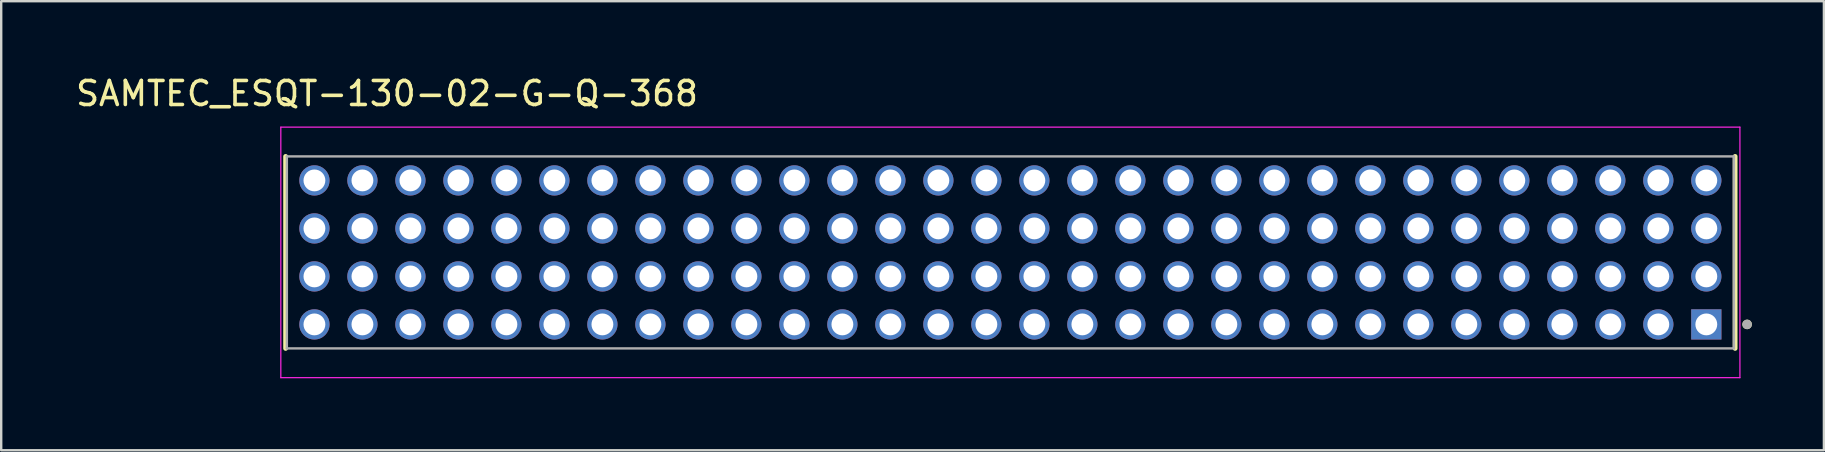
<source format=kicad_pcb>
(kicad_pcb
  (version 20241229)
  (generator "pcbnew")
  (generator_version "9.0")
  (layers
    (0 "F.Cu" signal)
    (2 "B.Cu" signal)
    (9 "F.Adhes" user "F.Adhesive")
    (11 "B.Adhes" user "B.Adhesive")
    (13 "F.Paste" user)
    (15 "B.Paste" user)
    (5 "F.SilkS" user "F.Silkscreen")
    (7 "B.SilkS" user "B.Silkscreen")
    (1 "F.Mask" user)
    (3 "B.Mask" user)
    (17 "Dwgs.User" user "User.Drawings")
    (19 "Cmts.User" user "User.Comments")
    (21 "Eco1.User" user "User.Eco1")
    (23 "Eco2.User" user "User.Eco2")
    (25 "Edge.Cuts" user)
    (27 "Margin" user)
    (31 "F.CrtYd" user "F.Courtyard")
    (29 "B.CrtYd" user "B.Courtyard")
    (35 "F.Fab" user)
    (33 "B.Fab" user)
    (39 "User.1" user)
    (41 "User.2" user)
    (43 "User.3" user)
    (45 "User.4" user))
  (footprint "SAMTEC_ESQT-130-02-G-Q-368"
    (layer "F.Cu")
    (at 68.052 10.468)
    (property "Reference" "SAMTEC_ESQT-130-02-G-Q-368" (at -54.975 -9.62 0) (layer "F.SilkS") (effects (font (size 1 1) (thickness 0.15))))
    (attr through_hole)
    (fp_line (start -59.2 -7) (end -59.2 1) (stroke (width 0.2) (type solid)) (layer "F.SilkS"))
    (fp_line (start 1.2 -7) (end 1.2 1) (stroke (width 0.2) (type solid)) (layer "F.SilkS"))
    (fp_circle (center 1.7 0) (end 1.8 0) (stroke (width 0.2) (type solid)) (fill no) (layer "F.SilkS"))
    (fp_poly (pts (xy -58.85 -3.15) (xy -58.85 -4.85) (xy -57.15 -4.85) (xy -57.15 -3.15)) (stroke (width 0.01) (type solid)) (fill yes) (layer "F.Paste"))
    (fp_poly (pts (xy -58.85 -1.15) (xy -58.85 -2.85) (xy -57.15 -2.85) (xy -57.15 -1.15)) (stroke (width 0.01) (type solid)) (fill yes) (layer "F.Paste"))
    (fp_poly (pts (xy -56.85 -3.15) (xy -56.85 -4.85) (xy -55.15 -4.85) (xy -55.15 -3.15)) (stroke (width 0.01) (type solid)) (fill yes) (layer "F.Paste"))
    (fp_poly (pts (xy -56.85 -1.15) (xy -56.85 -2.85) (xy -55.15 -2.85) (xy -55.15 -1.15)) (stroke (width 0.01) (type solid)) (fill yes) (layer "F.Paste"))
    (fp_poly (pts (xy -54.85 -3.15) (xy -54.85 -4.85) (xy -53.15 -4.85) (xy -53.15 -3.15)) (stroke (width 0.01) (type solid)) (fill yes) (layer "F.Paste"))
    (fp_poly (pts (xy -54.85 -1.15) (xy -54.85 -2.85) (xy -53.15 -2.85) (xy -53.15 -1.15)) (stroke (width 0.01) (type solid)) (fill yes) (layer "F.Paste"))
    (fp_poly (pts (xy -52.85 -3.15) (xy -52.85 -4.85) (xy -51.15 -4.85) (xy -51.15 -3.15)) (stroke (width 0.01) (type solid)) (fill yes) (layer "F.Paste"))
    (fp_poly (pts (xy -52.85 -1.15) (xy -52.85 -2.85) (xy -51.15 -2.85) (xy -51.15 -1.15)) (stroke (width 0.01) (type solid)) (fill yes) (layer "F.Paste"))
    (fp_poly (pts (xy -50.85 -3.15) (xy -50.85 -4.85) (xy -49.15 -4.85) (xy -49.15 -3.15)) (stroke (width 0.01) (type solid)) (fill yes) (layer "F.Paste"))
    (fp_poly (pts (xy -50.85 -1.15) (xy -50.85 -2.85) (xy -49.15 -2.85) (xy -49.15 -1.15)) (stroke (width 0.01) (type solid)) (fill yes) (layer "F.Paste"))
    (fp_poly (pts (xy -48.85 -3.15) (xy -48.85 -4.85) (xy -47.15 -4.85) (xy -47.15 -3.15)) (stroke (width 0.01) (type solid)) (fill yes) (layer "F.Paste"))
    (fp_poly (pts (xy -48.85 -1.15) (xy -48.85 -2.85) (xy -47.15 -2.85) (xy -47.15 -1.15)) (stroke (width 0.01) (type solid)) (fill yes) (layer "F.Paste"))
    (fp_poly (pts (xy -46.85 -3.15) (xy -46.85 -4.85) (xy -45.15 -4.85) (xy -45.15 -3.15)) (stroke (width 0.01) (type solid)) (fill yes) (layer "F.Paste"))
    (fp_poly (pts (xy -46.85 -1.15) (xy -46.85 -2.85) (xy -45.15 -2.85) (xy -45.15 -1.15)) (stroke (width 0.01) (type solid)) (fill yes) (layer "F.Paste"))
    (fp_poly (pts (xy -44.85 -3.15) (xy -44.85 -4.85) (xy -43.15 -4.85) (xy -43.15 -3.15)) (stroke (width 0.01) (type solid)) (fill yes) (layer "F.Paste"))
    (fp_poly (pts (xy -44.85 -1.15) (xy -44.85 -2.85) (xy -43.15 -2.85) (xy -43.15 -1.15)) (stroke (width 0.01) (type solid)) (fill yes) (layer "F.Paste"))
    (fp_poly (pts (xy -42.85 -3.15) (xy -42.85 -4.85) (xy -41.15 -4.85) (xy -41.15 -3.15)) (stroke (width 0.01) (type solid)) (fill yes) (layer "F.Paste"))
    (fp_poly (pts (xy -42.85 -1.15) (xy -42.85 -2.85) (xy -41.15 -2.85) (xy -41.15 -1.15)) (stroke (width 0.01) (type solid)) (fill yes) (layer "F.Paste"))
    (fp_poly (pts (xy -40.85 -3.15) (xy -40.85 -4.85) (xy -39.15 -4.85) (xy -39.15 -3.15)) (stroke (width 0.01) (type solid)) (fill yes) (layer "F.Paste"))
    (fp_poly (pts (xy -40.85 -1.15) (xy -40.85 -2.85) (xy -39.15 -2.85) (xy -39.15 -1.15)) (stroke (width 0.01) (type solid)) (fill yes) (layer "F.Paste"))
    (fp_poly (pts (xy -38.85 -3.15) (xy -38.85 -4.85) (xy -37.15 -4.85) (xy -37.15 -3.15)) (stroke (width 0.01) (type solid)) (fill yes) (layer "F.Paste"))
    (fp_poly (pts (xy -38.85 -1.15) (xy -38.85 -2.85) (xy -37.15 -2.85) (xy -37.15 -1.15)) (stroke (width 0.01) (type solid)) (fill yes) (layer "F.Paste"))
    (fp_poly (pts (xy -36.85 -3.15) (xy -36.85 -4.85) (xy -35.15 -4.85) (xy -35.15 -3.15)) (stroke (width 0.01) (type solid)) (fill yes) (layer "F.Paste"))
    (fp_poly (pts (xy -36.85 -1.15) (xy -36.85 -2.85) (xy -35.15 -2.85) (xy -35.15 -1.15)) (stroke (width 0.01) (type solid)) (fill yes) (layer "F.Paste"))
    (fp_poly (pts (xy -34.85 -3.15) (xy -34.85 -4.85) (xy -33.15 -4.85) (xy -33.15 -3.15)) (stroke (width 0.01) (type solid)) (fill yes) (layer "F.Paste"))
    (fp_poly (pts (xy -34.85 -1.15) (xy -34.85 -2.85) (xy -33.15 -2.85) (xy -33.15 -1.15)) (stroke (width 0.01) (type solid)) (fill yes) (layer "F.Paste"))
    (fp_poly (pts (xy -32.85 -3.15) (xy -32.85 -4.85) (xy -31.15 -4.85) (xy -31.15 -3.15)) (stroke (width 0.01) (type solid)) (fill yes) (layer "F.Paste"))
    (fp_poly (pts (xy -32.85 -1.15) (xy -32.85 -2.85) (xy -31.15 -2.85) (xy -31.15 -1.15)) (stroke (width 0.01) (type solid)) (fill yes) (layer "F.Paste"))
    (fp_poly (pts (xy -30.85 -3.15) (xy -30.85 -4.85) (xy -29.15 -4.85) (xy -29.15 -3.15)) (stroke (width 0.01) (type solid)) (fill yes) (layer "F.Paste"))
    (fp_poly (pts (xy -30.85 -1.15) (xy -30.85 -2.85) (xy -29.15 -2.85) (xy -29.15 -1.15)) (stroke (width 0.01) (type solid)) (fill yes) (layer "F.Paste"))
    (fp_poly (pts (xy -28.85 -3.15) (xy -28.85 -4.85) (xy -27.15 -4.85) (xy -27.15 -3.15)) (stroke (width 0.01) (type solid)) (fill yes) (layer "F.Paste"))
    (fp_poly (pts (xy -28.85 -1.15) (xy -28.85 -2.85) (xy -27.15 -2.85) (xy -27.15 -1.15)) (stroke (width 0.01) (type solid)) (fill yes) (layer "F.Paste"))
    (fp_poly (pts (xy -26.85 -3.15) (xy -26.85 -4.85) (xy -25.15 -4.85) (xy -25.15 -3.15)) (stroke (width 0.01) (type solid)) (fill yes) (layer "F.Paste"))
    (fp_poly (pts (xy -26.85 -1.15) (xy -26.85 -2.85) (xy -25.15 -2.85) (xy -25.15 -1.15)) (stroke (width 0.01) (type solid)) (fill yes) (layer "F.Paste"))
    (fp_poly (pts (xy -24.85 -3.15) (xy -24.85 -4.85) (xy -23.15 -4.85) (xy -23.15 -3.15)) (stroke (width 0.01) (type solid)) (fill yes) (layer "F.Paste"))
    (fp_poly (pts (xy -24.85 -1.15) (xy -24.85 -2.85) (xy -23.15 -2.85) (xy -23.15 -1.15)) (stroke (width 0.01) (type solid)) (fill yes) (layer "F.Paste"))
    (fp_poly (pts (xy -22.85 -3.15) (xy -22.85 -4.85) (xy -21.15 -4.85) (xy -21.15 -3.15)) (stroke (width 0.01) (type solid)) (fill yes) (layer "F.Paste"))
    (fp_poly (pts (xy -22.85 -1.15) (xy -22.85 -2.85) (xy -21.15 -2.85) (xy -21.15 -1.15)) (stroke (width 0.01) (type solid)) (fill yes) (layer "F.Paste"))
    (fp_poly (pts (xy -20.85 -3.15) (xy -20.85 -4.85) (xy -19.15 -4.85) (xy -19.15 -3.15)) (stroke (width 0.01) (type solid)) (fill yes) (layer "F.Paste"))
    (fp_poly (pts (xy -20.85 -1.15) (xy -20.85 -2.85) (xy -19.15 -2.85) (xy -19.15 -1.15)) (stroke (width 0.01) (type solid)) (fill yes) (layer "F.Paste"))
    (fp_poly (pts (xy -18.85 -3.15) (xy -18.85 -4.85) (xy -17.15 -4.85) (xy -17.15 -3.15)) (stroke (width 0.01) (type solid)) (fill yes) (layer "F.Paste"))
    (fp_poly (pts (xy -18.85 -1.15) (xy -18.85 -2.85) (xy -17.15 -2.85) (xy -17.15 -1.15)) (stroke (width 0.01) (type solid)) (fill yes) (layer "F.Paste"))
    (fp_poly (pts (xy -16.85 -3.15) (xy -16.85 -4.85) (xy -15.15 -4.85) (xy -15.15 -3.15)) (stroke (width 0.01) (type solid)) (fill yes) (layer "F.Paste"))
    (fp_poly (pts (xy -16.85 -1.15) (xy -16.85 -2.85) (xy -15.15 -2.85) (xy -15.15 -1.15)) (stroke (width 0.01) (type solid)) (fill yes) (layer "F.Paste"))
    (fp_poly (pts (xy -14.85 -3.15) (xy -14.85 -4.85) (xy -13.15 -4.85) (xy -13.15 -3.15)) (stroke (width 0.01) (type solid)) (fill yes) (layer "F.Paste"))
    (fp_poly (pts (xy -14.85 -1.15) (xy -14.85 -2.85) (xy -13.15 -2.85) (xy -13.15 -1.15)) (stroke (width 0.01) (type solid)) (fill yes) (layer "F.Paste"))
    (fp_poly (pts (xy -12.85 -3.15) (xy -12.85 -4.85) (xy -11.15 -4.85) (xy -11.15 -3.15)) (stroke (width 0.01) (type solid)) (fill yes) (layer "F.Paste"))
    (fp_poly (pts (xy -12.85 -1.15) (xy -12.85 -2.85) (xy -11.15 -2.85) (xy -11.15 -1.15)) (stroke (width 0.01) (type solid)) (fill yes) (layer "F.Paste"))
    (fp_poly (pts (xy -10.85 -3.15) (xy -10.85 -4.85) (xy -9.15 -4.85) (xy -9.15 -3.15)) (stroke (width 0.01) (type solid)) (fill yes) (layer "F.Paste"))
    (fp_poly (pts (xy -10.85 -1.15) (xy -10.85 -2.85) (xy -9.15 -2.85) (xy -9.15 -1.15)) (stroke (width 0.01) (type solid)) (fill yes) (layer "F.Paste"))
    (fp_poly (pts (xy -8.85 -3.15) (xy -8.85 -4.85) (xy -7.15 -4.85) (xy -7.15 -3.15)) (stroke (width 0.01) (type solid)) (fill yes) (layer "F.Paste"))
    (fp_poly (pts (xy -8.85 -1.15) (xy -8.85 -2.85) (xy -7.15 -2.85) (xy -7.15 -1.15)) (stroke (width 0.01) (type solid)) (fill yes) (layer "F.Paste"))
    (fp_poly (pts (xy -6.85 -3.15) (xy -6.85 -4.85) (xy -5.15 -4.85) (xy -5.15 -3.15)) (stroke (width 0.01) (type solid)) (fill yes) (layer "F.Paste"))
    (fp_poly (pts (xy -6.85 -1.15) (xy -6.85 -2.85) (xy -5.15 -2.85) (xy -5.15 -1.15)) (stroke (width 0.01) (type solid)) (fill yes) (layer "F.Paste"))
    (fp_poly (pts (xy -4.85 -3.15) (xy -4.85 -4.85) (xy -3.15 -4.85) (xy -3.15 -3.15)) (stroke (width 0.01) (type solid)) (fill yes) (layer "F.Paste"))
    (fp_poly (pts (xy -4.85 -1.15) (xy -4.85 -2.85) (xy -3.15 -2.85) (xy -3.15 -1.15)) (stroke (width 0.01) (type solid)) (fill yes) (layer "F.Paste"))
    (fp_poly (pts (xy -2.85 -3.15) (xy -2.85 -4.85) (xy -1.15 -4.85) (xy -1.15 -3.15)) (stroke (width 0.01) (type solid)) (fill yes) (layer "F.Paste"))
    (fp_poly (pts (xy -2.85 -1.15) (xy -2.85 -2.85) (xy -1.15 -2.85) (xy -1.15 -1.15)) (stroke (width 0.01) (type solid)) (fill yes) (layer "F.Paste"))
    (fp_poly (pts (xy -0.85 -3.15) (xy -0.85 -4.85) (xy 0.85 -4.85) (xy 0.85 -3.15)) (stroke (width 0.01) (type solid)) (fill yes) (layer "F.Paste"))
    (fp_poly (pts (xy -0.85 -1.15) (xy -0.85 -2.85) (xy 0.85 -2.85) (xy 0.85 -1.15)) (stroke (width 0.01) (type solid)) (fill yes) (layer "F.Paste"))
    (fp_poly (pts (xy -58.85 -0.85) (xy -58.85 0.85) (xy -58.385 0.85) (xy -58.378 0.85) (xy -58.371 0.851) (xy -58.365 0.852) (xy -58.358 0.853) (xy -58.351 0.854) (xy -58.345 0.856) (xy -58.338 0.859) (xy -58.332 0.861) (xy -58.326 0.864) (xy -58.32 0.867) (xy -58.314 0.871) (xy -58.309 0.875) (xy -58.303 0.879) (xy -58.298 0.883) (xy -58.293 0.888) (xy -58.288 0.893) (xy -58.284 0.898) (xy -58.28 0.904) (xy -58.276 0.909) (xy -58.272 0.915) (xy -58.269 0.921) (xy -58.266 0.927) (xy -58.264 0.933) (xy -58.261 0.94) (xy -58.259 0.946) (xy -58.258 0.953) (xy -58.257 0.96) (xy -58.256 0.966) (xy -58.255 0.973) (xy -58.255 0.98) (xy -58.255 1.97) (xy -57.745 1.97) (xy -57.745 0.98) (xy -57.745 0.973) (xy -57.744 0.966) (xy -57.743 0.96) (xy -57.742 0.953) (xy -57.741 0.946) (xy -57.739 0.94) (xy -57.736 0.933) (xy -57.734 0.927) (xy -57.731 0.921) (xy -57.728 0.915) (xy -57.724 0.909) (xy -57.72 0.904) (xy -57.716 0.898) (xy -57.712 0.893) (xy -57.707 0.888) (xy -57.702 0.883) (xy -57.697 0.879) (xy -57.691 0.875) (xy -57.686 0.871) (xy -57.68 0.867) (xy -57.674 0.864) (xy -57.668 0.861) (xy -57.662 0.859) (xy -57.655 0.856) (xy -57.649 0.854) (xy -57.642 0.853) (xy -57.635 0.852) (xy -57.629 0.851) (xy -57.622 0.85) (xy -57.615 0.85) (xy -57.15 0.85) (xy -57.15 -0.85) (xy -58.85 -0.85)) (stroke (width 0.01) (type solid)) (fill yes) (layer "F.Paste"))
    (fp_poly (pts (xy -57.15 -5.15) (xy -57.15 -6.85) (xy -57.615 -6.85) (xy -57.622 -6.85) (xy -57.629 -6.851) (xy -57.635 -6.852) (xy -57.642 -6.853) (xy -57.649 -6.854) (xy -57.655 -6.856) (xy -57.662 -6.859) (xy -57.668 -6.861) (xy -57.674 -6.864) (xy -57.68 -6.867) (xy -57.686 -6.871) (xy -57.691 -6.875) (xy -57.697 -6.879) (xy -57.702 -6.883) (xy -57.707 -6.888) (xy -57.712 -6.893) (xy -57.716 -6.898) (xy -57.72 -6.904) (xy -57.724 -6.909) (xy -57.728 -6.915) (xy -57.731 -6.921) (xy -57.734 -6.927) (xy -57.736 -6.933) (xy -57.739 -6.94) (xy -57.741 -6.946) (xy -57.742 -6.953) (xy -57.743 -6.96) (xy -57.744 -6.966) (xy -57.745 -6.973) (xy -57.745 -6.98) (xy -57.745 -7.97) (xy -58.255 -7.97) (xy -58.255 -6.98) (xy -58.255 -6.973) (xy -58.256 -6.966) (xy -58.257 -6.96) (xy -58.258 -6.953) (xy -58.259 -6.946) (xy -58.261 -6.94) (xy -58.264 -6.933) (xy -58.266 -6.927) (xy -58.269 -6.921) (xy -58.272 -6.915) (xy -58.276 -6.909) (xy -58.28 -6.904) (xy -58.284 -6.898) (xy -58.288 -6.893) (xy -58.293 -6.888) (xy -58.298 -6.883) (xy -58.303 -6.879) (xy -58.309 -6.875) (xy -58.314 -6.871) (xy -58.32 -6.867) (xy -58.326 -6.864) (xy -58.332 -6.861) (xy -58.338 -6.859) (xy -58.345 -6.856) (xy -58.351 -6.854) (xy -58.358 -6.853) (xy -58.365 -6.852) (xy -58.371 -6.851) (xy -58.378 -6.85) (xy -58.385 -6.85) (xy -58.85 -6.85) (xy -58.85 -5.15) (xy -57.15 -5.15)) (stroke (width 0.01) (type solid)) (fill yes) (layer "F.Paste"))
    (fp_poly (pts (xy -56.85 -0.85) (xy -56.85 0.85) (xy -56.385 0.85) (xy -56.378 0.85) (xy -56.371 0.851) (xy -56.365 0.852) (xy -56.358 0.853) (xy -56.351 0.854) (xy -56.345 0.856) (xy -56.338 0.859) (xy -56.332 0.861) (xy -56.326 0.864) (xy -56.32 0.867) (xy -56.314 0.871) (xy -56.309 0.875) (xy -56.303 0.879) (xy -56.298 0.883) (xy -56.293 0.888) (xy -56.288 0.893) (xy -56.284 0.898) (xy -56.28 0.904) (xy -56.276 0.909) (xy -56.272 0.915) (xy -56.269 0.921) (xy -56.266 0.927) (xy -56.264 0.933) (xy -56.261 0.94) (xy -56.259 0.946) (xy -56.258 0.953) (xy -56.257 0.96) (xy -56.256 0.966) (xy -56.255 0.973) (xy -56.255 0.98) (xy -56.255 1.97) (xy -55.745 1.97) (xy -55.745 0.98) (xy -55.745 0.973) (xy -55.744 0.966) (xy -55.743 0.96) (xy -55.742 0.953) (xy -55.741 0.946) (xy -55.739 0.94) (xy -55.736 0.933) (xy -55.734 0.927) (xy -55.731 0.921) (xy -55.728 0.915) (xy -55.724 0.909) (xy -55.72 0.904) (xy -55.716 0.898) (xy -55.712 0.893) (xy -55.707 0.888) (xy -55.702 0.883) (xy -55.697 0.879) (xy -55.691 0.875) (xy -55.686 0.871) (xy -55.68 0.867) (xy -55.674 0.864) (xy -55.668 0.861) (xy -55.662 0.859) (xy -55.655 0.856) (xy -55.649 0.854) (xy -55.642 0.853) (xy -55.635 0.852) (xy -55.629 0.851) (xy -55.622 0.85) (xy -55.615 0.85) (xy -55.15 0.85) (xy -55.15 -0.85) (xy -56.85 -0.85)) (stroke (width 0.01) (type solid)) (fill yes) (layer "F.Paste"))
    (fp_poly (pts (xy -55.15 -5.15) (xy -55.15 -6.85) (xy -55.615 -6.85) (xy -55.622 -6.85) (xy -55.629 -6.851) (xy -55.635 -6.852) (xy -55.642 -6.853) (xy -55.649 -6.854) (xy -55.655 -6.856) (xy -55.662 -6.859) (xy -55.668 -6.861) (xy -55.674 -6.864) (xy -55.68 -6.867) (xy -55.686 -6.871) (xy -55.691 -6.875) (xy -55.697 -6.879) (xy -55.702 -6.883) (xy -55.707 -6.888) (xy -55.712 -6.893) (xy -55.716 -6.898) (xy -55.72 -6.904) (xy -55.724 -6.909) (xy -55.728 -6.915) (xy -55.731 -6.921) (xy -55.734 -6.927) (xy -55.736 -6.933) (xy -55.739 -6.94) (xy -55.741 -6.946) (xy -55.742 -6.953) (xy -55.743 -6.96) (xy -55.744 -6.966) (xy -55.745 -6.973) (xy -55.745 -6.98) (xy -55.745 -7.97) (xy -56.255 -7.97) (xy -56.255 -6.98) (xy -56.255 -6.973) (xy -56.256 -6.966) (xy -56.257 -6.96) (xy -56.258 -6.953) (xy -56.259 -6.946) (xy -56.261 -6.94) (xy -56.264 -6.933) (xy -56.266 -6.927) (xy -56.269 -6.921) (xy -56.272 -6.915) (xy -56.276 -6.909) (xy -56.28 -6.904) (xy -56.284 -6.898) (xy -56.288 -6.893) (xy -56.293 -6.888) (xy -56.298 -6.883) (xy -56.303 -6.879) (xy -56.309 -6.875) (xy -56.314 -6.871) (xy -56.32 -6.867) (xy -56.326 -6.864) (xy -56.332 -6.861) (xy -56.338 -6.859) (xy -56.345 -6.856) (xy -56.351 -6.854) (xy -56.358 -6.853) (xy -56.365 -6.852) (xy -56.371 -6.851) (xy -56.378 -6.85) (xy -56.385 -6.85) (xy -56.85 -6.85) (xy -56.85 -5.15) (xy -55.15 -5.15)) (stroke (width 0.01) (type solid)) (fill yes) (layer "F.Paste"))
    (fp_poly (pts (xy -54.85 -0.85) (xy -54.85 0.85) (xy -54.385 0.85) (xy -54.378 0.85) (xy -54.371 0.851) (xy -54.365 0.852) (xy -54.358 0.853) (xy -54.351 0.854) (xy -54.345 0.856) (xy -54.338 0.859) (xy -54.332 0.861) (xy -54.326 0.864) (xy -54.32 0.867) (xy -54.314 0.871) (xy -54.309 0.875) (xy -54.303 0.879) (xy -54.298 0.883) (xy -54.293 0.888) (xy -54.288 0.893) (xy -54.284 0.898) (xy -54.28 0.904) (xy -54.276 0.909) (xy -54.272 0.915) (xy -54.269 0.921) (xy -54.266 0.927) (xy -54.264 0.933) (xy -54.261 0.94) (xy -54.259 0.946) (xy -54.258 0.953) (xy -54.257 0.96) (xy -54.256 0.966) (xy -54.255 0.973) (xy -54.255 0.98) (xy -54.255 1.97) (xy -53.745 1.97) (xy -53.745 0.98) (xy -53.745 0.973) (xy -53.744 0.966) (xy -53.743 0.96) (xy -53.742 0.953) (xy -53.741 0.946) (xy -53.739 0.94) (xy -53.736 0.933) (xy -53.734 0.927) (xy -53.731 0.921) (xy -53.728 0.915) (xy -53.724 0.909) (xy -53.72 0.904) (xy -53.716 0.898) (xy -53.712 0.893) (xy -53.707 0.888) (xy -53.702 0.883) (xy -53.697 0.879) (xy -53.691 0.875) (xy -53.686 0.871) (xy -53.68 0.867) (xy -53.674 0.864) (xy -53.668 0.861) (xy -53.662 0.859) (xy -53.655 0.856) (xy -53.649 0.854) (xy -53.642 0.853) (xy -53.635 0.852) (xy -53.629 0.851) (xy -53.622 0.85) (xy -53.615 0.85) (xy -53.15 0.85) (xy -53.15 -0.85) (xy -54.85 -0.85)) (stroke (width 0.01) (type solid)) (fill yes) (layer "F.Paste"))
    (fp_poly (pts (xy -53.15 -5.15) (xy -53.15 -6.85) (xy -53.615 -6.85) (xy -53.622 -6.85) (xy -53.629 -6.851) (xy -53.635 -6.852) (xy -53.642 -6.853) (xy -53.649 -6.854) (xy -53.655 -6.856) (xy -53.662 -6.859) (xy -53.668 -6.861) (xy -53.674 -6.864) (xy -53.68 -6.867) (xy -53.686 -6.871) (xy -53.691 -6.875) (xy -53.697 -6.879) (xy -53.702 -6.883) (xy -53.707 -6.888) (xy -53.712 -6.893) (xy -53.716 -6.898) (xy -53.72 -6.904) (xy -53.724 -6.909) (xy -53.728 -6.915) (xy -53.731 -6.921) (xy -53.734 -6.927) (xy -53.736 -6.933) (xy -53.739 -6.94) (xy -53.741 -6.946) (xy -53.742 -6.953) (xy -53.743 -6.96) (xy -53.744 -6.966) (xy -53.745 -6.973) (xy -53.745 -6.98) (xy -53.745 -7.97) (xy -54.255 -7.97) (xy -54.255 -6.98) (xy -54.255 -6.973) (xy -54.256 -6.966) (xy -54.257 -6.96) (xy -54.258 -6.953) (xy -54.259 -6.946) (xy -54.261 -6.94) (xy -54.264 -6.933) (xy -54.266 -6.927) (xy -54.269 -6.921) (xy -54.272 -6.915) (xy -54.276 -6.909) (xy -54.28 -6.904) (xy -54.284 -6.898) (xy -54.288 -6.893) (xy -54.293 -6.888) (xy -54.298 -6.883) (xy -54.303 -6.879) (xy -54.309 -6.875) (xy -54.314 -6.871) (xy -54.32 -6.867) (xy -54.326 -6.864) (xy -54.332 -6.861) (xy -54.338 -6.859) (xy -54.345 -6.856) (xy -54.351 -6.854) (xy -54.358 -6.853) (xy -54.365 -6.852) (xy -54.371 -6.851) (xy -54.378 -6.85) (xy -54.385 -6.85) (xy -54.85 -6.85) (xy -54.85 -5.15) (xy -53.15 -5.15)) (stroke (width 0.01) (type solid)) (fill yes) (layer "F.Paste"))
    (fp_poly (pts (xy -52.85 -0.85) (xy -52.85 0.85) (xy -52.385 0.85) (xy -52.378 0.85) (xy -52.371 0.851) (xy -52.365 0.852) (xy -52.358 0.853) (xy -52.351 0.854) (xy -52.345 0.856) (xy -52.338 0.859) (xy -52.332 0.861) (xy -52.326 0.864) (xy -52.32 0.867) (xy -52.314 0.871) (xy -52.309 0.875) (xy -52.303 0.879) (xy -52.298 0.883) (xy -52.293 0.888) (xy -52.288 0.893) (xy -52.284 0.898) (xy -52.28 0.904) (xy -52.276 0.909) (xy -52.272 0.915) (xy -52.269 0.921) (xy -52.266 0.927) (xy -52.264 0.933) (xy -52.261 0.94) (xy -52.259 0.946) (xy -52.258 0.953) (xy -52.257 0.96) (xy -52.256 0.966) (xy -52.255 0.973) (xy -52.255 0.98) (xy -52.255 1.97) (xy -51.745 1.97) (xy -51.745 0.98) (xy -51.745 0.973) (xy -51.744 0.966) (xy -51.743 0.96) (xy -51.742 0.953) (xy -51.741 0.946) (xy -51.739 0.94) (xy -51.736 0.933) (xy -51.734 0.927) (xy -51.731 0.921) (xy -51.728 0.915) (xy -51.724 0.909) (xy -51.72 0.904) (xy -51.716 0.898) (xy -51.712 0.893) (xy -51.707 0.888) (xy -51.702 0.883) (xy -51.697 0.879) (xy -51.691 0.875) (xy -51.686 0.871) (xy -51.68 0.867) (xy -51.674 0.864) (xy -51.668 0.861) (xy -51.662 0.859) (xy -51.655 0.856) (xy -51.649 0.854) (xy -51.642 0.853) (xy -51.635 0.852) (xy -51.629 0.851) (xy -51.622 0.85) (xy -51.615 0.85) (xy -51.15 0.85) (xy -51.15 -0.85) (xy -52.85 -0.85)) (stroke (width 0.01) (type solid)) (fill yes) (layer "F.Paste"))
    (fp_poly (pts (xy -51.15 -5.15) (xy -51.15 -6.85) (xy -51.615 -6.85) (xy -51.622 -6.85) (xy -51.629 -6.851) (xy -51.635 -6.852) (xy -51.642 -6.853) (xy -51.649 -6.854) (xy -51.655 -6.856) (xy -51.662 -6.859) (xy -51.668 -6.861) (xy -51.674 -6.864) (xy -51.68 -6.867) (xy -51.686 -6.871) (xy -51.691 -6.875) (xy -51.697 -6.879) (xy -51.702 -6.883) (xy -51.707 -6.888) (xy -51.712 -6.893) (xy -51.716 -6.898) (xy -51.72 -6.904) (xy -51.724 -6.909) (xy -51.728 -6.915) (xy -51.731 -6.921) (xy -51.734 -6.927) (xy -51.736 -6.933) (xy -51.739 -6.94) (xy -51.741 -6.946) (xy -51.742 -6.953) (xy -51.743 -6.96) (xy -51.744 -6.966) (xy -51.745 -6.973) (xy -51.745 -6.98) (xy -51.745 -7.97) (xy -52.255 -7.97) (xy -52.255 -6.98) (xy -52.255 -6.973) (xy -52.256 -6.966) (xy -52.257 -6.96) (xy -52.258 -6.953) (xy -52.259 -6.946) (xy -52.261 -6.94) (xy -52.264 -6.933) (xy -52.266 -6.927) (xy -52.269 -6.921) (xy -52.272 -6.915) (xy -52.276 -6.909) (xy -52.28 -6.904) (xy -52.284 -6.898) (xy -52.288 -6.893) (xy -52.293 -6.888) (xy -52.298 -6.883) (xy -52.303 -6.879) (xy -52.309 -6.875) (xy -52.314 -6.871) (xy -52.32 -6.867) (xy -52.326 -6.864) (xy -52.332 -6.861) (xy -52.338 -6.859) (xy -52.345 -6.856) (xy -52.351 -6.854) (xy -52.358 -6.853) (xy -52.365 -6.852) (xy -52.371 -6.851) (xy -52.378 -6.85) (xy -52.385 -6.85) (xy -52.85 -6.85) (xy -52.85 -5.15) (xy -51.15 -5.15)) (stroke (width 0.01) (type solid)) (fill yes) (layer "F.Paste"))
    (fp_poly (pts (xy -50.85 -0.85) (xy -50.85 0.85) (xy -50.385 0.85) (xy -50.378 0.85) (xy -50.371 0.851) (xy -50.365 0.852) (xy -50.358 0.853) (xy -50.351 0.854) (xy -50.345 0.856) (xy -50.338 0.859) (xy -50.332 0.861) (xy -50.326 0.864) (xy -50.32 0.867) (xy -50.314 0.871) (xy -50.309 0.875) (xy -50.303 0.879) (xy -50.298 0.883) (xy -50.293 0.888) (xy -50.288 0.893) (xy -50.284 0.898) (xy -50.28 0.904) (xy -50.276 0.909) (xy -50.272 0.915) (xy -50.269 0.921) (xy -50.266 0.927) (xy -50.264 0.933) (xy -50.261 0.94) (xy -50.259 0.946) (xy -50.258 0.953) (xy -50.257 0.96) (xy -50.256 0.966) (xy -50.255 0.973) (xy -50.255 0.98) (xy -50.255 1.97) (xy -49.745 1.97) (xy -49.745 0.98) (xy -49.745 0.973) (xy -49.744 0.966) (xy -49.743 0.96) (xy -49.742 0.953) (xy -49.741 0.946) (xy -49.739 0.94) (xy -49.736 0.933) (xy -49.734 0.927) (xy -49.731 0.921) (xy -49.728 0.915) (xy -49.724 0.909) (xy -49.72 0.904) (xy -49.716 0.898) (xy -49.712 0.893) (xy -49.707 0.888) (xy -49.702 0.883) (xy -49.697 0.879) (xy -49.691 0.875) (xy -49.686 0.871) (xy -49.68 0.867) (xy -49.674 0.864) (xy -49.668 0.861) (xy -49.662 0.859) (xy -49.655 0.856) (xy -49.649 0.854) (xy -49.642 0.853) (xy -49.635 0.852) (xy -49.629 0.851) (xy -49.622 0.85) (xy -49.615 0.85) (xy -49.15 0.85) (xy -49.15 -0.85) (xy -50.85 -0.85)) (stroke (width 0.01) (type solid)) (fill yes) (layer "F.Paste"))
    (fp_poly (pts (xy -49.15 -5.15) (xy -49.15 -6.85) (xy -49.615 -6.85) (xy -49.622 -6.85) (xy -49.629 -6.851) (xy -49.635 -6.852) (xy -49.642 -6.853) (xy -49.649 -6.854) (xy -49.655 -6.856) (xy -49.662 -6.859) (xy -49.668 -6.861) (xy -49.674 -6.864) (xy -49.68 -6.867) (xy -49.686 -6.871) (xy -49.691 -6.875) (xy -49.697 -6.879) (xy -49.702 -6.883) (xy -49.707 -6.888) (xy -49.712 -6.893) (xy -49.716 -6.898) (xy -49.72 -6.904) (xy -49.724 -6.909) (xy -49.728 -6.915) (xy -49.731 -6.921) (xy -49.734 -6.927) (xy -49.736 -6.933) (xy -49.739 -6.94) (xy -49.741 -6.946) (xy -49.742 -6.953) (xy -49.743 -6.96) (xy -49.744 -6.966) (xy -49.745 -6.973) (xy -49.745 -6.98) (xy -49.745 -7.97) (xy -50.255 -7.97) (xy -50.255 -6.98) (xy -50.255 -6.973) (xy -50.256 -6.966) (xy -50.257 -6.96) (xy -50.258 -6.953) (xy -50.259 -6.946) (xy -50.261 -6.94) (xy -50.264 -6.933) (xy -50.266 -6.927) (xy -50.269 -6.921) (xy -50.272 -6.915) (xy -50.276 -6.909) (xy -50.28 -6.904) (xy -50.284 -6.898) (xy -50.288 -6.893) (xy -50.293 -6.888) (xy -50.298 -6.883) (xy -50.303 -6.879) (xy -50.309 -6.875) (xy -50.314 -6.871) (xy -50.32 -6.867) (xy -50.326 -6.864) (xy -50.332 -6.861) (xy -50.338 -6.859) (xy -50.345 -6.856) (xy -50.351 -6.854) (xy -50.358 -6.853) (xy -50.365 -6.852) (xy -50.371 -6.851) (xy -50.378 -6.85) (xy -50.385 -6.85) (xy -50.85 -6.85) (xy -50.85 -5.15) (xy -49.15 -5.15)) (stroke (width 0.01) (type solid)) (fill yes) (layer "F.Paste"))
    (fp_poly (pts (xy -48.85 -0.85) (xy -48.85 0.85) (xy -48.385 0.85) (xy -48.378 0.85) (xy -48.371 0.851) (xy -48.365 0.852) (xy -48.358 0.853) (xy -48.351 0.854) (xy -48.345 0.856) (xy -48.338 0.859) (xy -48.332 0.861) (xy -48.326 0.864) (xy -48.32 0.867) (xy -48.314 0.871) (xy -48.309 0.875) (xy -48.303 0.879) (xy -48.298 0.883) (xy -48.293 0.888) (xy -48.288 0.893) (xy -48.284 0.898) (xy -48.28 0.904) (xy -48.276 0.909) (xy -48.272 0.915) (xy -48.269 0.921) (xy -48.266 0.927) (xy -48.264 0.933) (xy -48.261 0.94) (xy -48.259 0.946) (xy -48.258 0.953) (xy -48.257 0.96) (xy -48.256 0.966) (xy -48.255 0.973) (xy -48.255 0.98) (xy -48.255 1.97) (xy -47.745 1.97) (xy -47.745 0.98) (xy -47.745 0.973) (xy -47.744 0.966) (xy -47.743 0.96) (xy -47.742 0.953) (xy -47.741 0.946) (xy -47.739 0.94) (xy -47.736 0.933) (xy -47.734 0.927) (xy -47.731 0.921) (xy -47.728 0.915) (xy -47.724 0.909) (xy -47.72 0.904) (xy -47.716 0.898) (xy -47.712 0.893) (xy -47.707 0.888) (xy -47.702 0.883) (xy -47.697 0.879) (xy -47.691 0.875) (xy -47.686 0.871) (xy -47.68 0.867) (xy -47.674 0.864) (xy -47.668 0.861) (xy -47.662 0.859) (xy -47.655 0.856) (xy -47.649 0.854) (xy -47.642 0.853) (xy -47.635 0.852) (xy -47.629 0.851) (xy -47.622 0.85) (xy -47.615 0.85) (xy -47.15 0.85) (xy -47.15 -0.85) (xy -48.85 -0.85)) (stroke (width 0.01) (type solid)) (fill yes) (layer "F.Paste"))
    (fp_poly (pts (xy -47.15 -5.15) (xy -47.15 -6.85) (xy -47.615 -6.85) (xy -47.622 -6.85) (xy -47.629 -6.851) (xy -47.635 -6.852) (xy -47.642 -6.853) (xy -47.649 -6.854) (xy -47.655 -6.856) (xy -47.662 -6.859) (xy -47.668 -6.861) (xy -47.674 -6.864) (xy -47.68 -6.867) (xy -47.686 -6.871) (xy -47.691 -6.875) (xy -47.697 -6.879) (xy -47.702 -6.883) (xy -47.707 -6.888) (xy -47.712 -6.893) (xy -47.716 -6.898) (xy -47.72 -6.904) (xy -47.724 -6.909) (xy -47.728 -6.915) (xy -47.731 -6.921) (xy -47.734 -6.927) (xy -47.736 -6.933) (xy -47.739 -6.94) (xy -47.741 -6.946) (xy -47.742 -6.953) (xy -47.743 -6.96) (xy -47.744 -6.966) (xy -47.745 -6.973) (xy -47.745 -6.98) (xy -47.745 -7.97) (xy -48.255 -7.97) (xy -48.255 -6.98) (xy -48.255 -6.973) (xy -48.256 -6.966) (xy -48.257 -6.96) (xy -48.258 -6.953) (xy -48.259 -6.946) (xy -48.261 -6.94) (xy -48.264 -6.933) (xy -48.266 -6.927) (xy -48.269 -6.921) (xy -48.272 -6.915) (xy -48.276 -6.909) (xy -48.28 -6.904) (xy -48.284 -6.898) (xy -48.288 -6.893) (xy -48.293 -6.888) (xy -48.298 -6.883) (xy -48.303 -6.879) (xy -48.309 -6.875) (xy -48.314 -6.871) (xy -48.32 -6.867) (xy -48.326 -6.864) (xy -48.332 -6.861) (xy -48.338 -6.859) (xy -48.345 -6.856) (xy -48.351 -6.854) (xy -48.358 -6.853) (xy -48.365 -6.852) (xy -48.371 -6.851) (xy -48.378 -6.85) (xy -48.385 -6.85) (xy -48.85 -6.85) (xy -48.85 -5.15) (xy -47.15 -5.15)) (stroke (width 0.01) (type solid)) (fill yes) (layer "F.Paste"))
    (fp_poly (pts (xy -46.85 -0.85) (xy -46.85 0.85) (xy -46.385 0.85) (xy -46.378 0.85) (xy -46.371 0.851) (xy -46.365 0.852) (xy -46.358 0.853) (xy -46.351 0.854) (xy -46.345 0.856) (xy -46.338 0.859) (xy -46.332 0.861) (xy -46.326 0.864) (xy -46.32 0.867) (xy -46.314 0.871) (xy -46.309 0.875) (xy -46.303 0.879) (xy -46.298 0.883) (xy -46.293 0.888) (xy -46.288 0.893) (xy -46.284 0.898) (xy -46.28 0.904) (xy -46.276 0.909) (xy -46.272 0.915) (xy -46.269 0.921) (xy -46.266 0.927) (xy -46.264 0.933) (xy -46.261 0.94) (xy -46.259 0.946) (xy -46.258 0.953) (xy -46.257 0.96) (xy -46.256 0.966) (xy -46.255 0.973) (xy -46.255 0.98) (xy -46.255 1.97) (xy -45.745 1.97) (xy -45.745 0.98) (xy -45.745 0.973) (xy -45.744 0.966) (xy -45.743 0.96) (xy -45.742 0.953) (xy -45.741 0.946) (xy -45.739 0.94) (xy -45.736 0.933) (xy -45.734 0.927) (xy -45.731 0.921) (xy -45.728 0.915) (xy -45.724 0.909) (xy -45.72 0.904) (xy -45.716 0.898) (xy -45.712 0.893) (xy -45.707 0.888) (xy -45.702 0.883) (xy -45.697 0.879) (xy -45.691 0.875) (xy -45.686 0.871) (xy -45.68 0.867) (xy -45.674 0.864) (xy -45.668 0.861) (xy -45.662 0.859) (xy -45.655 0.856) (xy -45.649 0.854) (xy -45.642 0.853) (xy -45.635 0.852) (xy -45.629 0.851) (xy -45.622 0.85) (xy -45.615 0.85) (xy -45.15 0.85) (xy -45.15 -0.85) (xy -46.85 -0.85)) (stroke (width 0.01) (type solid)) (fill yes) (layer "F.Paste"))
    (fp_poly (pts (xy -45.15 -5.15) (xy -45.15 -6.85) (xy -45.615 -6.85) (xy -45.622 -6.85) (xy -45.629 -6.851) (xy -45.635 -6.852) (xy -45.642 -6.853) (xy -45.649 -6.854) (xy -45.655 -6.856) (xy -45.662 -6.859) (xy -45.668 -6.861) (xy -45.674 -6.864) (xy -45.68 -6.867) (xy -45.686 -6.871) (xy -45.691 -6.875) (xy -45.697 -6.879) (xy -45.702 -6.883) (xy -45.707 -6.888) (xy -45.712 -6.893) (xy -45.716 -6.898) (xy -45.72 -6.904) (xy -45.724 -6.909) (xy -45.728 -6.915) (xy -45.731 -6.921) (xy -45.734 -6.927) (xy -45.736 -6.933) (xy -45.739 -6.94) (xy -45.741 -6.946) (xy -45.742 -6.953) (xy -45.743 -6.96) (xy -45.744 -6.966) (xy -45.745 -6.973) (xy -45.745 -6.98) (xy -45.745 -7.97) (xy -46.255 -7.97) (xy -46.255 -6.98) (xy -46.255 -6.973) (xy -46.256 -6.966) (xy -46.257 -6.96) (xy -46.258 -6.953) (xy -46.259 -6.946) (xy -46.261 -6.94) (xy -46.264 -6.933) (xy -46.266 -6.927) (xy -46.269 -6.921) (xy -46.272 -6.915) (xy -46.276 -6.909) (xy -46.28 -6.904) (xy -46.284 -6.898) (xy -46.288 -6.893) (xy -46.293 -6.888) (xy -46.298 -6.883) (xy -46.303 -6.879) (xy -46.309 -6.875) (xy -46.314 -6.871) (xy -46.32 -6.867) (xy -46.326 -6.864) (xy -46.332 -6.861) (xy -46.338 -6.859) (xy -46.345 -6.856) (xy -46.351 -6.854) (xy -46.358 -6.853) (xy -46.365 -6.852) (xy -46.371 -6.851) (xy -46.378 -6.85) (xy -46.385 -6.85) (xy -46.85 -6.85) (xy -46.85 -5.15) (xy -45.15 -5.15)) (stroke (width 0.01) (type solid)) (fill yes) (layer "F.Paste"))
    (fp_poly (pts (xy -44.85 -0.85) (xy -44.85 0.85) (xy -44.385 0.85) (xy -44.378 0.85) (xy -44.371 0.851) (xy -44.365 0.852) (xy -44.358 0.853) (xy -44.351 0.854) (xy -44.345 0.856) (xy -44.338 0.859) (xy -44.332 0.861) (xy -44.326 0.864) (xy -44.32 0.867) (xy -44.314 0.871) (xy -44.309 0.875) (xy -44.303 0.879) (xy -44.298 0.883) (xy -44.293 0.888) (xy -44.288 0.893) (xy -44.284 0.898) (xy -44.28 0.904) (xy -44.276 0.909) (xy -44.272 0.915) (xy -44.269 0.921) (xy -44.266 0.927) (xy -44.264 0.933) (xy -44.261 0.94) (xy -44.259 0.946) (xy -44.258 0.953) (xy -44.257 0.96) (xy -44.256 0.966) (xy -44.255 0.973) (xy -44.255 0.98) (xy -44.255 1.97) (xy -43.745 1.97) (xy -43.745 0.98) (xy -43.745 0.973) (xy -43.744 0.966) (xy -43.743 0.96) (xy -43.742 0.953) (xy -43.741 0.946) (xy -43.739 0.94) (xy -43.736 0.933) (xy -43.734 0.927) (xy -43.731 0.921) (xy -43.728 0.915) (xy -43.724 0.909) (xy -43.72 0.904) (xy -43.716 0.898) (xy -43.712 0.893) (xy -43.707 0.888) (xy -43.702 0.883) (xy -43.697 0.879) (xy -43.691 0.875) (xy -43.686 0.871) (xy -43.68 0.867) (xy -43.674 0.864) (xy -43.668 0.861) (xy -43.662 0.859) (xy -43.655 0.856) (xy -43.649 0.854) (xy -43.642 0.853) (xy -43.635 0.852) (xy -43.629 0.851) (xy -43.622 0.85) (xy -43.615 0.85) (xy -43.15 0.85) (xy -43.15 -0.85) (xy -44.85 -0.85)) (stroke (width 0.01) (type solid)) (fill yes) (layer "F.Paste"))
    (fp_poly (pts (xy -43.15 -5.15) (xy -43.15 -6.85) (xy -43.615 -6.85) (xy -43.622 -6.85) (xy -43.629 -6.851) (xy -43.635 -6.852) (xy -43.642 -6.853) (xy -43.649 -6.854) (xy -43.655 -6.856) (xy -43.662 -6.859) (xy -43.668 -6.861) (xy -43.674 -6.864) (xy -43.68 -6.867) (xy -43.686 -6.871) (xy -43.691 -6.875) (xy -43.697 -6.879) (xy -43.702 -6.883) (xy -43.707 -6.888) (xy -43.712 -6.893) (xy -43.716 -6.898) (xy -43.72 -6.904) (xy -43.724 -6.909) (xy -43.728 -6.915) (xy -43.731 -6.921) (xy -43.734 -6.927) (xy -43.736 -6.933) (xy -43.739 -6.94) (xy -43.741 -6.946) (xy -43.742 -6.953) (xy -43.743 -6.96) (xy -43.744 -6.966) (xy -43.745 -6.973) (xy -43.745 -6.98) (xy -43.745 -7.97) (xy -44.255 -7.97) (xy -44.255 -6.98) (xy -44.255 -6.973) (xy -44.256 -6.966) (xy -44.257 -6.96) (xy -44.258 -6.953) (xy -44.259 -6.946) (xy -44.261 -6.94) (xy -44.264 -6.933) (xy -44.266 -6.927) (xy -44.269 -6.921) (xy -44.272 -6.915) (xy -44.276 -6.909) (xy -44.28 -6.904) (xy -44.284 -6.898) (xy -44.288 -6.893) (xy -44.293 -6.888) (xy -44.298 -6.883) (xy -44.303 -6.879) (xy -44.309 -6.875) (xy -44.314 -6.871) (xy -44.32 -6.867) (xy -44.326 -6.864) (xy -44.332 -6.861) (xy -44.338 -6.859) (xy -44.345 -6.856) (xy -44.351 -6.854) (xy -44.358 -6.853) (xy -44.365 -6.852) (xy -44.371 -6.851) (xy -44.378 -6.85) (xy -44.385 -6.85) (xy -44.85 -6.85) (xy -44.85 -5.15) (xy -43.15 -5.15)) (stroke (width 0.01) (type solid)) (fill yes) (layer "F.Paste"))
    (fp_poly (pts (xy -42.85 -0.85) (xy -42.85 0.85) (xy -42.385 0.85) (xy -42.378 0.85) (xy -42.371 0.851) (xy -42.365 0.852) (xy -42.358 0.853) (xy -42.351 0.854) (xy -42.345 0.856) (xy -42.338 0.859) (xy -42.332 0.861) (xy -42.326 0.864) (xy -42.32 0.867) (xy -42.314 0.871) (xy -42.309 0.875) (xy -42.303 0.879) (xy -42.298 0.883) (xy -42.293 0.888) (xy -42.288 0.893) (xy -42.284 0.898) (xy -42.28 0.904) (xy -42.276 0.909) (xy -42.272 0.915) (xy -42.269 0.921) (xy -42.266 0.927) (xy -42.264 0.933) (xy -42.261 0.94) (xy -42.259 0.946) (xy -42.258 0.953) (xy -42.257 0.96) (xy -42.256 0.966) (xy -42.255 0.973) (xy -42.255 0.98) (xy -42.255 1.97) (xy -41.745 1.97) (xy -41.745 0.98) (xy -41.745 0.973) (xy -41.744 0.966) (xy -41.743 0.96) (xy -41.742 0.953) (xy -41.741 0.946) (xy -41.739 0.94) (xy -41.736 0.933) (xy -41.734 0.927) (xy -41.731 0.921) (xy -41.728 0.915) (xy -41.724 0.909) (xy -41.72 0.904) (xy -41.716 0.898) (xy -41.712 0.893) (xy -41.707 0.888) (xy -41.702 0.883) (xy -41.697 0.879) (xy -41.691 0.875) (xy -41.686 0.871) (xy -41.68 0.867) (xy -41.674 0.864) (xy -41.668 0.861) (xy -41.662 0.859) (xy -41.655 0.856) (xy -41.649 0.854) (xy -41.642 0.853) (xy -41.635 0.852) (xy -41.629 0.851) (xy -41.622 0.85) (xy -41.615 0.85) (xy -41.15 0.85) (xy -41.15 -0.85) (xy -42.85 -0.85)) (stroke (width 0.01) (type solid)) (fill yes) (layer "F.Paste"))
    (fp_poly (pts (xy -41.15 -5.15) (xy -41.15 -6.85) (xy -41.615 -6.85) (xy -41.622 -6.85) (xy -41.629 -6.851) (xy -41.635 -6.852) (xy -41.642 -6.853) (xy -41.649 -6.854) (xy -41.655 -6.856) (xy -41.662 -6.859) (xy -41.668 -6.861) (xy -41.674 -6.864) (xy -41.68 -6.867) (xy -41.686 -6.871) (xy -41.691 -6.875) (xy -41.697 -6.879) (xy -41.702 -6.883) (xy -41.707 -6.888) (xy -41.712 -6.893) (xy -41.716 -6.898) (xy -41.72 -6.904) (xy -41.724 -6.909) (xy -41.728 -6.915) (xy -41.731 -6.921) (xy -41.734 -6.927) (xy -41.736 -6.933) (xy -41.739 -6.94) (xy -41.741 -6.946) (xy -41.742 -6.953) (xy -41.743 -6.96) (xy -41.744 -6.966) (xy -41.745 -6.973) (xy -41.745 -6.98) (xy -41.745 -7.97) (xy -42.255 -7.97) (xy -42.255 -6.98) (xy -42.255 -6.973) (xy -42.256 -6.966) (xy -42.257 -6.96) (xy -42.258 -6.953) (xy -42.259 -6.946) (xy -42.261 -6.94) (xy -42.264 -6.933) (xy -42.266 -6.927) (xy -42.269 -6.921) (xy -42.272 -6.915) (xy -42.276 -6.909) (xy -42.28 -6.904) (xy -42.284 -6.898) (xy -42.288 -6.893) (xy -42.293 -6.888) (xy -42.298 -6.883) (xy -42.303 -6.879) (xy -42.309 -6.875) (xy -42.314 -6.871) (xy -42.32 -6.867) (xy -42.326 -6.864) (xy -42.332 -6.861) (xy -42.338 -6.859) (xy -42.345 -6.856) (xy -42.351 -6.854) (xy -42.358 -6.853) (xy -42.365 -6.852) (xy -42.371 -6.851) (xy -42.378 -6.85) (xy -42.385 -6.85) (xy -42.85 -6.85) (xy -42.85 -5.15) (xy -41.15 -5.15)) (stroke (width 0.01) (type solid)) (fill yes) (layer "F.Paste"))
    (fp_poly (pts (xy -40.85 -0.85) (xy -40.85 0.85) (xy -40.385 0.85) (xy -40.378 0.85) (xy -40.371 0.851) (xy -40.365 0.852) (xy -40.358 0.853) (xy -40.351 0.854) (xy -40.345 0.856) (xy -40.338 0.859) (xy -40.332 0.861) (xy -40.326 0.864) (xy -40.32 0.867) (xy -40.314 0.871) (xy -40.309 0.875) (xy -40.303 0.879) (xy -40.298 0.883) (xy -40.293 0.888) (xy -40.288 0.893) (xy -40.284 0.898) (xy -40.28 0.904) (xy -40.276 0.909) (xy -40.272 0.915) (xy -40.269 0.921) (xy -40.266 0.927) (xy -40.264 0.933) (xy -40.261 0.94) (xy -40.259 0.946) (xy -40.258 0.953) (xy -40.257 0.96) (xy -40.256 0.966) (xy -40.255 0.973) (xy -40.255 0.98) (xy -40.255 1.97) (xy -39.745 1.97) (xy -39.745 0.98) (xy -39.745 0.973) (xy -39.744 0.966) (xy -39.743 0.96) (xy -39.742 0.953) (xy -39.741 0.946) (xy -39.739 0.94) (xy -39.736 0.933) (xy -39.734 0.927) (xy -39.731 0.921) (xy -39.728 0.915) (xy -39.724 0.909) (xy -39.72 0.904) (xy -39.716 0.898) (xy -39.712 0.893) (xy -39.707 0.888) (xy -39.702 0.883) (xy -39.697 0.879) (xy -39.691 0.875) (xy -39.686 0.871) (xy -39.68 0.867) (xy -39.674 0.864) (xy -39.668 0.861) (xy -39.662 0.859) (xy -39.655 0.856) (xy -39.649 0.854) (xy -39.642 0.853) (xy -39.635 0.852) (xy -39.629 0.851) (xy -39.622 0.85) (xy -39.615 0.85) (xy -39.15 0.85) (xy -39.15 -0.85) (xy -40.85 -0.85)) (stroke (width 0.01) (type solid)) (fill yes) (layer "F.Paste"))
    (fp_poly (pts (xy -39.15 -5.15) (xy -39.15 -6.85) (xy -39.615 -6.85) (xy -39.622 -6.85) (xy -39.629 -6.851) (xy -39.635 -6.852) (xy -39.642 -6.853) (xy -39.649 -6.854) (xy -39.655 -6.856) (xy -39.662 -6.859) (xy -39.668 -6.861) (xy -39.674 -6.864) (xy -39.68 -6.867) (xy -39.686 -6.871) (xy -39.691 -6.875) (xy -39.697 -6.879) (xy -39.702 -6.883) (xy -39.707 -6.888) (xy -39.712 -6.893) (xy -39.716 -6.898) (xy -39.72 -6.904) (xy -39.724 -6.909) (xy -39.728 -6.915) (xy -39.731 -6.921) (xy -39.734 -6.927) (xy -39.736 -6.933) (xy -39.739 -6.94) (xy -39.741 -6.946) (xy -39.742 -6.953) (xy -39.743 -6.96) (xy -39.744 -6.966) (xy -39.745 -6.973) (xy -39.745 -6.98) (xy -39.745 -7.97) (xy -40.255 -7.97) (xy -40.255 -6.98) (xy -40.255 -6.973) (xy -40.256 -6.966) (xy -40.257 -6.96) (xy -40.258 -6.953) (xy -40.259 -6.946) (xy -40.261 -6.94) (xy -40.264 -6.933) (xy -40.266 -6.927) (xy -40.269 -6.921) (xy -40.272 -6.915) (xy -40.276 -6.909) (xy -40.28 -6.904) (xy -40.284 -6.898) (xy -40.288 -6.893) (xy -40.293 -6.888) (xy -40.298 -6.883) (xy -40.303 -6.879) (xy -40.309 -6.875) (xy -40.314 -6.871) (xy -40.32 -6.867) (xy -40.326 -6.864) (xy -40.332 -6.861) (xy -40.338 -6.859) (xy -40.345 -6.856) (xy -40.351 -6.854) (xy -40.358 -6.853) (xy -40.365 -6.852) (xy -40.371 -6.851) (xy -40.378 -6.85) (xy -40.385 -6.85) (xy -40.85 -6.85) (xy -40.85 -5.15) (xy -39.15 -5.15)) (stroke (width 0.01) (type solid)) (fill yes) (layer "F.Paste"))
    (fp_poly (pts (xy -38.85 -0.85) (xy -38.85 0.85) (xy -38.385 0.85) (xy -38.378 0.85) (xy -38.371 0.851) (xy -38.365 0.852) (xy -38.358 0.853) (xy -38.351 0.854) (xy -38.345 0.856) (xy -38.338 0.859) (xy -38.332 0.861) (xy -38.326 0.864) (xy -38.32 0.867) (xy -38.314 0.871) (xy -38.309 0.875) (xy -38.303 0.879) (xy -38.298 0.883) (xy -38.293 0.888) (xy -38.288 0.893) (xy -38.284 0.898) (xy -38.28 0.904) (xy -38.276 0.909) (xy -38.272 0.915) (xy -38.269 0.921) (xy -38.266 0.927) (xy -38.264 0.933) (xy -38.261 0.94) (xy -38.259 0.946) (xy -38.258 0.953) (xy -38.257 0.96) (xy -38.256 0.966) (xy -38.255 0.973) (xy -38.255 0.98) (xy -38.255 1.97) (xy -37.745 1.97) (xy -37.745 0.98) (xy -37.745 0.973) (xy -37.744 0.966) (xy -37.743 0.96) (xy -37.742 0.953) (xy -37.741 0.946) (xy -37.739 0.94) (xy -37.736 0.933) (xy -37.734 0.927) (xy -37.731 0.921) (xy -37.728 0.915) (xy -37.724 0.909) (xy -37.72 0.904) (xy -37.716 0.898) (xy -37.712 0.893) (xy -37.707 0.888) (xy -37.702 0.883) (xy -37.697 0.879) (xy -37.691 0.875) (xy -37.686 0.871) (xy -37.68 0.867) (xy -37.674 0.864) (xy -37.668 0.861) (xy -37.662 0.859) (xy -37.655 0.856) (xy -37.649 0.854) (xy -37.642 0.853) (xy -37.635 0.852) (xy -37.629 0.851) (xy -37.622 0.85) (xy -37.615 0.85) (xy -37.15 0.85) (xy -37.15 -0.85) (xy -38.85 -0.85)) (stroke (width 0.01) (type solid)) (fill yes) (layer "F.Paste"))
    (fp_poly (pts (xy -37.15 -5.15) (xy -37.15 -6.85) (xy -37.615 -6.85) (xy -37.622 -6.85) (xy -37.629 -6.851) (xy -37.635 -6.852) (xy -37.642 -6.853) (xy -37.649 -6.854) (xy -37.655 -6.856) (xy -37.662 -6.859) (xy -37.668 -6.861) (xy -37.674 -6.864) (xy -37.68 -6.867) (xy -37.686 -6.871) (xy -37.691 -6.875) (xy -37.697 -6.879) (xy -37.702 -6.883) (xy -37.707 -6.888) (xy -37.712 -6.893) (xy -37.716 -6.898) (xy -37.72 -6.904) (xy -37.724 -6.909) (xy -37.728 -6.915) (xy -37.731 -6.921) (xy -37.734 -6.927) (xy -37.736 -6.933) (xy -37.739 -6.94) (xy -37.741 -6.946) (xy -37.742 -6.953) (xy -37.743 -6.96) (xy -37.744 -6.966) (xy -37.745 -6.973) (xy -37.745 -6.98) (xy -37.745 -7.97) (xy -38.255 -7.97) (xy -38.255 -6.98) (xy -38.255 -6.973) (xy -38.256 -6.966) (xy -38.257 -6.96) (xy -38.258 -6.953) (xy -38.259 -6.946) (xy -38.261 -6.94) (xy -38.264 -6.933) (xy -38.266 -6.927) (xy -38.269 -6.921) (xy -38.272 -6.915) (xy -38.276 -6.909) (xy -38.28 -6.904) (xy -38.284 -6.898) (xy -38.288 -6.893) (xy -38.293 -6.888) (xy -38.298 -6.883) (xy -38.303 -6.879) (xy -38.309 -6.875) (xy -38.314 -6.871) (xy -38.32 -6.867) (xy -38.326 -6.864) (xy -38.332 -6.861) (xy -38.338 -6.859) (xy -38.345 -6.856) (xy -38.351 -6.854) (xy -38.358 -6.853) (xy -38.365 -6.852) (xy -38.371 -6.851) (xy -38.378 -6.85) (xy -38.385 -6.85) (xy -38.85 -6.85) (xy -38.85 -5.15) (xy -37.15 -5.15)) (stroke (width 0.01) (type solid)) (fill yes) (layer "F.Paste"))
    (fp_poly (pts (xy -36.85 -0.85) (xy -36.85 0.85) (xy -36.385 0.85) (xy -36.378 0.85) (xy -36.371 0.851) (xy -36.365 0.852) (xy -36.358 0.853) (xy -36.351 0.854) (xy -36.345 0.856) (xy -36.338 0.859) (xy -36.332 0.861) (xy -36.326 0.864) (xy -36.32 0.867) (xy -36.314 0.871) (xy -36.309 0.875) (xy -36.303 0.879) (xy -36.298 0.883) (xy -36.293 0.888) (xy -36.288 0.893) (xy -36.284 0.898) (xy -36.28 0.904) (xy -36.276 0.909) (xy -36.272 0.915) (xy -36.269 0.921) (xy -36.266 0.927) (xy -36.264 0.933) (xy -36.261 0.94) (xy -36.259 0.946) (xy -36.258 0.953) (xy -36.257 0.96) (xy -36.256 0.966) (xy -36.255 0.973) (xy -36.255 0.98) (xy -36.255 1.97) (xy -35.745 1.97) (xy -35.745 0.98) (xy -35.745 0.973) (xy -35.744 0.966) (xy -35.743 0.96) (xy -35.742 0.953) (xy -35.741 0.946) (xy -35.739 0.94) (xy -35.736 0.933) (xy -35.734 0.927) (xy -35.731 0.921) (xy -35.728 0.915) (xy -35.724 0.909) (xy -35.72 0.904) (xy -35.716 0.898) (xy -35.712 0.893) (xy -35.707 0.888) (xy -35.702 0.883) (xy -35.697 0.879) (xy -35.691 0.875) (xy -35.686 0.871) (xy -35.68 0.867) (xy -35.674 0.864) (xy -35.668 0.861) (xy -35.662 0.859) (xy -35.655 0.856) (xy -35.649 0.854) (xy -35.642 0.853) (xy -35.635 0.852) (xy -35.629 0.851) (xy -35.622 0.85) (xy -35.615 0.85) (xy -35.15 0.85) (xy -35.15 -0.85) (xy -36.85 -0.85)) (stroke (width 0.01) (type solid)) (fill yes) (layer "F.Paste"))
    (fp_poly (pts (xy -35.15 -5.15) (xy -35.15 -6.85) (xy -35.615 -6.85) (xy -35.622 -6.85) (xy -35.629 -6.851) (xy -35.635 -6.852) (xy -35.642 -6.853) (xy -35.649 -6.854) (xy -35.655 -6.856) (xy -35.662 -6.859) (xy -35.668 -6.861) (xy -35.674 -6.864) (xy -35.68 -6.867) (xy -35.686 -6.871) (xy -35.691 -6.875) (xy -35.697 -6.879) (xy -35.702 -6.883) (xy -35.707 -6.888) (xy -35.712 -6.893) (xy -35.716 -6.898) (xy -35.72 -6.904) (xy -35.724 -6.909) (xy -35.728 -6.915) (xy -35.731 -6.921) (xy -35.734 -6.927) (xy -35.736 -6.933) (xy -35.739 -6.94) (xy -35.741 -6.946) (xy -35.742 -6.953) (xy -35.743 -6.96) (xy -35.744 -6.966) (xy -35.745 -6.973) (xy -35.745 -6.98) (xy -35.745 -7.97) (xy -36.255 -7.97) (xy -36.255 -6.98) (xy -36.255 -6.973) (xy -36.256 -6.966) (xy -36.257 -6.96) (xy -36.258 -6.953) (xy -36.259 -6.946) (xy -36.261 -6.94) (xy -36.264 -6.933) (xy -36.266 -6.927) (xy -36.269 -6.921) (xy -36.272 -6.915) (xy -36.276 -6.909) (xy -36.28 -6.904) (xy -36.284 -6.898) (xy -36.288 -6.893) (xy -36.293 -6.888) (xy -36.298 -6.883) (xy -36.303 -6.879) (xy -36.309 -6.875) (xy -36.314 -6.871) (xy -36.32 -6.867) (xy -36.326 -6.864) (xy -36.332 -6.861) (xy -36.338 -6.859) (xy -36.345 -6.856) (xy -36.351 -6.854) (xy -36.358 -6.853) (xy -36.365 -6.852) (xy -36.371 -6.851) (xy -36.378 -6.85) (xy -36.385 -6.85) (xy -36.85 -6.85) (xy -36.85 -5.15) (xy -35.15 -5.15)) (stroke (width 0.01) (type solid)) (fill yes) (layer "F.Paste"))
    (fp_poly (pts (xy -34.85 -0.85) (xy -34.85 0.85) (xy -34.385 0.85) (xy -34.378 0.85) (xy -34.371 0.851) (xy -34.365 0.852) (xy -34.358 0.853) (xy -34.351 0.854) (xy -34.345 0.856) (xy -34.338 0.859) (xy -34.332 0.861) (xy -34.326 0.864) (xy -34.32 0.867) (xy -34.314 0.871) (xy -34.309 0.875) (xy -34.303 0.879) (xy -34.298 0.883) (xy -34.293 0.888) (xy -34.288 0.893) (xy -34.284 0.898) (xy -34.28 0.904) (xy -34.276 0.909) (xy -34.272 0.915) (xy -34.269 0.921) (xy -34.266 0.927) (xy -34.264 0.933) (xy -34.261 0.94) (xy -34.259 0.946) (xy -34.258 0.953) (xy -34.257 0.96) (xy -34.256 0.966) (xy -34.255 0.973) (xy -34.255 0.98) (xy -34.255 1.97) (xy -33.745 1.97) (xy -33.745 0.98) (xy -33.745 0.973) (xy -33.744 0.966) (xy -33.743 0.96) (xy -33.742 0.953) (xy -33.741 0.946) (xy -33.739 0.94) (xy -33.736 0.933) (xy -33.734 0.927) (xy -33.731 0.921) (xy -33.728 0.915) (xy -33.724 0.909) (xy -33.72 0.904) (xy -33.716 0.898) (xy -33.712 0.893) (xy -33.707 0.888) (xy -33.702 0.883) (xy -33.697 0.879) (xy -33.691 0.875) (xy -33.686 0.871) (xy -33.68 0.867) (xy -33.674 0.864) (xy -33.668 0.861) (xy -33.662 0.859) (xy -33.655 0.856) (xy -33.649 0.854) (xy -33.642 0.853) (xy -33.635 0.852) (xy -33.629 0.851) (xy -33.622 0.85) (xy -33.615 0.85) (xy -33.15 0.85) (xy -33.15 -0.85) (xy -34.85 -0.85)) (stroke (width 0.01) (type solid)) (fill yes) (layer "F.Paste"))
    (fp_poly (pts (xy -33.15 -5.15) (xy -33.15 -6.85) (xy -33.615 -6.85) (xy -33.622 -6.85) (xy -33.629 -6.851) (xy -33.635 -6.852) (xy -33.642 -6.853) (xy -33.649 -6.854) (xy -33.655 -6.856) (xy -33.662 -6.859) (xy -33.668 -6.861) (xy -33.674 -6.864) (xy -33.68 -6.867) (xy -33.686 -6.871) (xy -33.691 -6.875) (xy -33.697 -6.879) (xy -33.702 -6.883) (xy -33.707 -6.888) (xy -33.712 -6.893) (xy -33.716 -6.898) (xy -33.72 -6.904) (xy -33.724 -6.909) (xy -33.728 -6.915) (xy -33.731 -6.921) (xy -33.734 -6.927) (xy -33.736 -6.933) (xy -33.739 -6.94) (xy -33.741 -6.946) (xy -33.742 -6.953) (xy -33.743 -6.96) (xy -33.744 -6.966) (xy -33.745 -6.973) (xy -33.745 -6.98) (xy -33.745 -7.97) (xy -34.255 -7.97) (xy -34.255 -6.98) (xy -34.255 -6.973) (xy -34.256 -6.966) (xy -34.257 -6.96) (xy -34.258 -6.953) (xy -34.259 -6.946) (xy -34.261 -6.94) (xy -34.264 -6.933) (xy -34.266 -6.927) (xy -34.269 -6.921) (xy -34.272 -6.915) (xy -34.276 -6.909) (xy -34.28 -6.904) (xy -34.284 -6.898) (xy -34.288 -6.893) (xy -34.293 -6.888) (xy -34.298 -6.883) (xy -34.303 -6.879) (xy -34.309 -6.875) (xy -34.314 -6.871) (xy -34.32 -6.867) (xy -34.326 -6.864) (xy -34.332 -6.861) (xy -34.338 -6.859) (xy -34.345 -6.856) (xy -34.351 -6.854) (xy -34.358 -6.853) (xy -34.365 -6.852) (xy -34.371 -6.851) (xy -34.378 -6.85) (xy -34.385 -6.85) (xy -34.85 -6.85) (xy -34.85 -5.15) (xy -33.15 -5.15)) (stroke (width 0.01) (type solid)) (fill yes) (layer "F.Paste"))
    (fp_poly (pts (xy -32.85 -0.85) (xy -32.85 0.85) (xy -32.385 0.85) (xy -32.378 0.85) (xy -32.371 0.851) (xy -32.365 0.852) (xy -32.358 0.853) (xy -32.351 0.854) (xy -32.345 0.856) (xy -32.338 0.859) (xy -32.332 0.861) (xy -32.326 0.864) (xy -32.32 0.867) (xy -32.314 0.871) (xy -32.309 0.875) (xy -32.303 0.879) (xy -32.298 0.883) (xy -32.293 0.888) (xy -32.288 0.893) (xy -32.284 0.898) (xy -32.28 0.904) (xy -32.276 0.909) (xy -32.272 0.915) (xy -32.269 0.921) (xy -32.266 0.927) (xy -32.264 0.933) (xy -32.261 0.94) (xy -32.259 0.946) (xy -32.258 0.953) (xy -32.257 0.96) (xy -32.256 0.966) (xy -32.255 0.973) (xy -32.255 0.98) (xy -32.255 1.97) (xy -31.745 1.97) (xy -31.745 0.98) (xy -31.745 0.973) (xy -31.744 0.966) (xy -31.743 0.96) (xy -31.742 0.953) (xy -31.741 0.946) (xy -31.739 0.94) (xy -31.736 0.933) (xy -31.734 0.927) (xy -31.731 0.921) (xy -31.728 0.915) (xy -31.724 0.909) (xy -31.72 0.904) (xy -31.716 0.898) (xy -31.712 0.893) (xy -31.707 0.888) (xy -31.702 0.883) (xy -31.697 0.879) (xy -31.691 0.875) (xy -31.686 0.871) (xy -31.68 0.867) (xy -31.674 0.864) (xy -31.668 0.861) (xy -31.662 0.859) (xy -31.655 0.856) (xy -31.649 0.854) (xy -31.642 0.853) (xy -31.635 0.852) (xy -31.629 0.851) (xy -31.622 0.85) (xy -31.615 0.85) (xy -31.15 0.85) (xy -31.15 -0.85) (xy -32.85 -0.85)) (stroke (width 0.01) (type solid)) (fill yes) (layer "F.Paste"))
    (fp_poly (pts (xy -31.15 -5.15) (xy -31.15 -6.85) (xy -31.615 -6.85) (xy -31.622 -6.85) (xy -31.629 -6.851) (xy -31.635 -6.852) (xy -31.642 -6.853) (xy -31.649 -6.854) (xy -31.655 -6.856) (xy -31.662 -6.859) (xy -31.668 -6.861) (xy -31.674 -6.864) (xy -31.68 -6.867) (xy -31.686 -6.871) (xy -31.691 -6.875) (xy -31.697 -6.879) (xy -31.702 -6.883) (xy -31.707 -6.888) (xy -31.712 -6.893) (xy -31.716 -6.898) (xy -31.72 -6.904) (xy -31.724 -6.909) (xy -31.728 -6.915) (xy -31.731 -6.921) (xy -31.734 -6.927) (xy -31.736 -6.933) (xy -31.739 -6.94) (xy -31.741 -6.946) (xy -31.742 -6.953) (xy -31.743 -6.96) (xy -31.744 -6.966) (xy -31.745 -6.973) (xy -31.745 -6.98) (xy -31.745 -7.97) (xy -32.255 -7.97) (xy -32.255 -6.98) (xy -32.255 -6.973) (xy -32.256 -6.966) (xy -32.257 -6.96) (xy -32.258 -6.953) (xy -32.259 -6.946) (xy -32.261 -6.94) (xy -32.264 -6.933) (xy -32.266 -6.927) (xy -32.269 -6.921) (xy -32.272 -6.915) (xy -32.276 -6.909) (xy -32.28 -6.904) (xy -32.284 -6.898) (xy -32.288 -6.893) (xy -32.293 -6.888) (xy -32.298 -6.883) (xy -32.303 -6.879) (xy -32.309 -6.875) (xy -32.314 -6.871) (xy -32.32 -6.867) (xy -32.326 -6.864) (xy -32.332 -6.861) (xy -32.338 -6.859) (xy -32.345 -6.856) (xy -32.351 -6.854) (xy -32.358 -6.853) (xy -32.365 -6.852) (xy -32.371 -6.851) (xy -32.378 -6.85) (xy -32.385 -6.85) (xy -32.85 -6.85) (xy -32.85 -5.15) (xy -31.15 -5.15)) (stroke (width 0.01) (type solid)) (fill yes) (layer "F.Paste"))
    (fp_poly (pts (xy -30.85 -0.85) (xy -30.85 0.85) (xy -30.385 0.85) (xy -30.378 0.85) (xy -30.371 0.851) (xy -30.365 0.852) (xy -30.358 0.853) (xy -30.351 0.854) (xy -30.345 0.856) (xy -30.338 0.859) (xy -30.332 0.861) (xy -30.326 0.864) (xy -30.32 0.867) (xy -30.314 0.871) (xy -30.309 0.875) (xy -30.303 0.879) (xy -30.298 0.883) (xy -30.293 0.888) (xy -30.288 0.893) (xy -30.284 0.898) (xy -30.28 0.904) (xy -30.276 0.909) (xy -30.272 0.915) (xy -30.269 0.921) (xy -30.266 0.927) (xy -30.264 0.933) (xy -30.261 0.94) (xy -30.259 0.946) (xy -30.258 0.953) (xy -30.257 0.96) (xy -30.256 0.966) (xy -30.255 0.973) (xy -30.255 0.98) (xy -30.255 1.97) (xy -29.745 1.97) (xy -29.745 0.98) (xy -29.745 0.973) (xy -29.744 0.966) (xy -29.743 0.96) (xy -29.742 0.953) (xy -29.741 0.946) (xy -29.739 0.94) (xy -29.736 0.933) (xy -29.734 0.927) (xy -29.731 0.921) (xy -29.728 0.915) (xy -29.724 0.909) (xy -29.72 0.904) (xy -29.716 0.898) (xy -29.712 0.893) (xy -29.707 0.888) (xy -29.702 0.883) (xy -29.697 0.879) (xy -29.691 0.875) (xy -29.686 0.871) (xy -29.68 0.867) (xy -29.674 0.864) (xy -29.668 0.861) (xy -29.662 0.859) (xy -29.655 0.856) (xy -29.649 0.854) (xy -29.642 0.853) (xy -29.635 0.852) (xy -29.629 0.851) (xy -29.622 0.85) (xy -29.615 0.85) (xy -29.15 0.85) (xy -29.15 -0.85) (xy -30.85 -0.85)) (stroke (width 0.01) (type solid)) (fill yes) (layer "F.Paste"))
    (fp_poly (pts (xy -29.15 -5.15) (xy -29.15 -6.85) (xy -29.615 -6.85) (xy -29.622 -6.85) (xy -29.629 -6.851) (xy -29.635 -6.852) (xy -29.642 -6.853) (xy -29.649 -6.854) (xy -29.655 -6.856) (xy -29.662 -6.859) (xy -29.668 -6.861) (xy -29.674 -6.864) (xy -29.68 -6.867) (xy -29.686 -6.871) (xy -29.691 -6.875) (xy -29.697 -6.879) (xy -29.702 -6.883) (xy -29.707 -6.888) (xy -29.712 -6.893) (xy -29.716 -6.898) (xy -29.72 -6.904) (xy -29.724 -6.909) (xy -29.728 -6.915) (xy -29.731 -6.921) (xy -29.734 -6.927) (xy -29.736 -6.933) (xy -29.739 -6.94) (xy -29.741 -6.946) (xy -29.742 -6.953) (xy -29.743 -6.96) (xy -29.744 -6.966) (xy -29.745 -6.973) (xy -29.745 -6.98) (xy -29.745 -7.97) (xy -30.255 -7.97) (xy -30.255 -6.98) (xy -30.255 -6.973) (xy -30.256 -6.966) (xy -30.257 -6.96) (xy -30.258 -6.953) (xy -30.259 -6.946) (xy -30.261 -6.94) (xy -30.264 -6.933) (xy -30.266 -6.927) (xy -30.269 -6.921) (xy -30.272 -6.915) (xy -30.276 -6.909) (xy -30.28 -6.904) (xy -30.284 -6.898) (xy -30.288 -6.893) (xy -30.293 -6.888) (xy -30.298 -6.883) (xy -30.303 -6.879) (xy -30.309 -6.875) (xy -30.314 -6.871) (xy -30.32 -6.867) (xy -30.326 -6.864) (xy -30.332 -6.861) (xy -30.338 -6.859) (xy -30.345 -6.856) (xy -30.351 -6.854) (xy -30.358 -6.853) (xy -30.365 -6.852) (xy -30.371 -6.851) (xy -30.378 -6.85) (xy -30.385 -6.85) (xy -30.85 -6.85) (xy -30.85 -5.15) (xy -29.15 -5.15)) (stroke (width 0.01) (type solid)) (fill yes) (layer "F.Paste"))
    (fp_poly (pts (xy -28.85 -0.85) (xy -28.85 0.85) (xy -28.385 0.85) (xy -28.378 0.85) (xy -28.371 0.851) (xy -28.365 0.852) (xy -28.358 0.853) (xy -28.351 0.854) (xy -28.345 0.856) (xy -28.338 0.859) (xy -28.332 0.861) (xy -28.326 0.864) (xy -28.32 0.867) (xy -28.314 0.871) (xy -28.309 0.875) (xy -28.303 0.879) (xy -28.298 0.883) (xy -28.293 0.888) (xy -28.288 0.893) (xy -28.284 0.898) (xy -28.28 0.904) (xy -28.276 0.909) (xy -28.272 0.915) (xy -28.269 0.921) (xy -28.266 0.927) (xy -28.264 0.933) (xy -28.261 0.94) (xy -28.259 0.946) (xy -28.258 0.953) (xy -28.257 0.96) (xy -28.256 0.966) (xy -28.255 0.973) (xy -28.255 0.98) (xy -28.255 1.97) (xy -27.745 1.97) (xy -27.745 0.98) (xy -27.745 0.973) (xy -27.744 0.966) (xy -27.743 0.96) (xy -27.742 0.953) (xy -27.741 0.946) (xy -27.739 0.94) (xy -27.736 0.933) (xy -27.734 0.927) (xy -27.731 0.921) (xy -27.728 0.915) (xy -27.724 0.909) (xy -27.72 0.904) (xy -27.716 0.898) (xy -27.712 0.893) (xy -27.707 0.888) (xy -27.702 0.883) (xy -27.697 0.879) (xy -27.691 0.875) (xy -27.686 0.871) (xy -27.68 0.867) (xy -27.674 0.864) (xy -27.668 0.861) (xy -27.662 0.859) (xy -27.655 0.856) (xy -27.649 0.854) (xy -27.642 0.853) (xy -27.635 0.852) (xy -27.629 0.851) (xy -27.622 0.85) (xy -27.615 0.85) (xy -27.15 0.85) (xy -27.15 -0.85) (xy -28.85 -0.85)) (stroke (width 0.01) (type solid)) (fill yes) (layer "F.Paste"))
    (fp_poly (pts (xy -27.15 -5.15) (xy -27.15 -6.85) (xy -27.615 -6.85) (xy -27.622 -6.85) (xy -27.629 -6.851) (xy -27.635 -6.852) (xy -27.642 -6.853) (xy -27.649 -6.854) (xy -27.655 -6.856) (xy -27.662 -6.859) (xy -27.668 -6.861) (xy -27.674 -6.864) (xy -27.68 -6.867) (xy -27.686 -6.871) (xy -27.691 -6.875) (xy -27.697 -6.879) (xy -27.702 -6.883) (xy -27.707 -6.888) (xy -27.712 -6.893) (xy -27.716 -6.898) (xy -27.72 -6.904) (xy -27.724 -6.909) (xy -27.728 -6.915) (xy -27.731 -6.921) (xy -27.734 -6.927) (xy -27.736 -6.933) (xy -27.739 -6.94) (xy -27.741 -6.946) (xy -27.742 -6.953) (xy -27.743 -6.96) (xy -27.744 -6.966) (xy -27.745 -6.973) (xy -27.745 -6.98) (xy -27.745 -7.97) (xy -28.255 -7.97) (xy -28.255 -6.98) (xy -28.255 -6.973) (xy -28.256 -6.966) (xy -28.257 -6.96) (xy -28.258 -6.953) (xy -28.259 -6.946) (xy -28.261 -6.94) (xy -28.264 -6.933) (xy -28.266 -6.927) (xy -28.269 -6.921) (xy -28.272 -6.915) (xy -28.276 -6.909) (xy -28.28 -6.904) (xy -28.284 -6.898) (xy -28.288 -6.893) (xy -28.293 -6.888) (xy -28.298 -6.883) (xy -28.303 -6.879) (xy -28.309 -6.875) (xy -28.314 -6.871) (xy -28.32 -6.867) (xy -28.326 -6.864) (xy -28.332 -6.861) (xy -28.338 -6.859) (xy -28.345 -6.856) (xy -28.351 -6.854) (xy -28.358 -6.853) (xy -28.365 -6.852) (xy -28.371 -6.851) (xy -28.378 -6.85) (xy -28.385 -6.85) (xy -28.85 -6.85) (xy -28.85 -5.15) (xy -27.15 -5.15)) (stroke (width 0.01) (type solid)) (fill yes) (layer "F.Paste"))
    (fp_poly (pts (xy -26.85 -0.85) (xy -26.85 0.85) (xy -26.385 0.85) (xy -26.378 0.85) (xy -26.371 0.851) (xy -26.365 0.852) (xy -26.358 0.853) (xy -26.351 0.854) (xy -26.345 0.856) (xy -26.338 0.859) (xy -26.332 0.861) (xy -26.326 0.864) (xy -26.32 0.867) (xy -26.314 0.871) (xy -26.309 0.875) (xy -26.303 0.879) (xy -26.298 0.883) (xy -26.293 0.888) (xy -26.288 0.893) (xy -26.284 0.898) (xy -26.28 0.904) (xy -26.276 0.909) (xy -26.272 0.915) (xy -26.269 0.921) (xy -26.266 0.927) (xy -26.264 0.933) (xy -26.261 0.94) (xy -26.259 0.946) (xy -26.258 0.953) (xy -26.257 0.96) (xy -26.256 0.966) (xy -26.255 0.973) (xy -26.255 0.98) (xy -26.255 1.97) (xy -25.745 1.97) (xy -25.745 0.98) (xy -25.745 0.973) (xy -25.744 0.966) (xy -25.743 0.96) (xy -25.742 0.953) (xy -25.741 0.946) (xy -25.739 0.94) (xy -25.736 0.933) (xy -25.734 0.927) (xy -25.731 0.921) (xy -25.728 0.915) (xy -25.724 0.909) (xy -25.72 0.904) (xy -25.716 0.898) (xy -25.712 0.893) (xy -25.707 0.888) (xy -25.702 0.883) (xy -25.697 0.879) (xy -25.691 0.875) (xy -25.686 0.871) (xy -25.68 0.867) (xy -25.674 0.864) (xy -25.668 0.861) (xy -25.662 0.859) (xy -25.655 0.856) (xy -25.649 0.854) (xy -25.642 0.853) (xy -25.635 0.852) (xy -25.629 0.851) (xy -25.622 0.85) (xy -25.615 0.85) (xy -25.15 0.85) (xy -25.15 -0.85) (xy -26.85 -0.85)) (stroke (width 0.01) (type solid)) (fill yes) (layer "F.Paste"))
    (fp_poly (pts (xy -25.15 -5.15) (xy -25.15 -6.85) (xy -25.615 -6.85) (xy -25.622 -6.85) (xy -25.629 -6.851) (xy -25.635 -6.852) (xy -25.642 -6.853) (xy -25.649 -6.854) (xy -25.655 -6.856) (xy -25.662 -6.859) (xy -25.668 -6.861) (xy -25.674 -6.864) (xy -25.68 -6.867) (xy -25.686 -6.871) (xy -25.691 -6.875) (xy -25.697 -6.879) (xy -25.702 -6.883) (xy -25.707 -6.888) (xy -25.712 -6.893) (xy -25.716 -6.898) (xy -25.72 -6.904) (xy -25.724 -6.909) (xy -25.728 -6.915) (xy -25.731 -6.921) (xy -25.734 -6.927) (xy -25.736 -6.933) (xy -25.739 -6.94) (xy -25.741 -6.946) (xy -25.742 -6.953) (xy -25.743 -6.96) (xy -25.744 -6.966) (xy -25.745 -6.973) (xy -25.745 -6.98) (xy -25.745 -7.97) (xy -26.255 -7.97) (xy -26.255 -6.98) (xy -26.255 -6.973) (xy -26.256 -6.966) (xy -26.257 -6.96) (xy -26.258 -6.953) (xy -26.259 -6.946) (xy -26.261 -6.94) (xy -26.264 -6.933) (xy -26.266 -6.927) (xy -26.269 -6.921) (xy -26.272 -6.915) (xy -26.276 -6.909) (xy -26.28 -6.904) (xy -26.284 -6.898) (xy -26.288 -6.893) (xy -26.293 -6.888) (xy -26.298 -6.883) (xy -26.303 -6.879) (xy -26.309 -6.875) (xy -26.314 -6.871) (xy -26.32 -6.867) (xy -26.326 -6.864) (xy -26.332 -6.861) (xy -26.338 -6.859) (xy -26.345 -6.856) (xy -26.351 -6.854) (xy -26.358 -6.853) (xy -26.365 -6.852) (xy -26.371 -6.851) (xy -26.378 -6.85) (xy -26.385 -6.85) (xy -26.85 -6.85) (xy -26.85 -5.15) (xy -25.15 -5.15)) (stroke (width 0.01) (type solid)) (fill yes) (layer "F.Paste"))
    (fp_poly (pts (xy -24.85 -0.85) (xy -24.85 0.85) (xy -24.385 0.85) (xy -24.378 0.85) (xy -24.371 0.851) (xy -24.365 0.852) (xy -24.358 0.853) (xy -24.351 0.854) (xy -24.345 0.856) (xy -24.338 0.859) (xy -24.332 0.861) (xy -24.326 0.864) (xy -24.32 0.867) (xy -24.314 0.871) (xy -24.309 0.875) (xy -24.303 0.879) (xy -24.298 0.883) (xy -24.293 0.888) (xy -24.288 0.893) (xy -24.284 0.898) (xy -24.28 0.904) (xy -24.276 0.909) (xy -24.272 0.915) (xy -24.269 0.921) (xy -24.266 0.927) (xy -24.264 0.933) (xy -24.261 0.94) (xy -24.259 0.946) (xy -24.258 0.953) (xy -24.257 0.96) (xy -24.256 0.966) (xy -24.255 0.973) (xy -24.255 0.98) (xy -24.255 1.97) (xy -23.745 1.97) (xy -23.745 0.98) (xy -23.745 0.973) (xy -23.744 0.966) (xy -23.743 0.96) (xy -23.742 0.953) (xy -23.741 0.946) (xy -23.739 0.94) (xy -23.736 0.933) (xy -23.734 0.927) (xy -23.731 0.921) (xy -23.728 0.915) (xy -23.724 0.909) (xy -23.72 0.904) (xy -23.716 0.898) (xy -23.712 0.893) (xy -23.707 0.888) (xy -23.702 0.883) (xy -23.697 0.879) (xy -23.691 0.875) (xy -23.686 0.871) (xy -23.68 0.867) (xy -23.674 0.864) (xy -23.668 0.861) (xy -23.662 0.859) (xy -23.655 0.856) (xy -23.649 0.854) (xy -23.642 0.853) (xy -23.635 0.852) (xy -23.629 0.851) (xy -23.622 0.85) (xy -23.615 0.85) (xy -23.15 0.85) (xy -23.15 -0.85) (xy -24.85 -0.85)) (stroke (width 0.01) (type solid)) (fill yes) (layer "F.Paste"))
    (fp_poly (pts (xy -23.15 -5.15) (xy -23.15 -6.85) (xy -23.615 -6.85) (xy -23.622 -6.85) (xy -23.629 -6.851) (xy -23.635 -6.852) (xy -23.642 -6.853) (xy -23.649 -6.854) (xy -23.655 -6.856) (xy -23.662 -6.859) (xy -23.668 -6.861) (xy -23.674 -6.864) (xy -23.68 -6.867) (xy -23.686 -6.871) (xy -23.691 -6.875) (xy -23.697 -6.879) (xy -23.702 -6.883) (xy -23.707 -6.888) (xy -23.712 -6.893) (xy -23.716 -6.898) (xy -23.72 -6.904) (xy -23.724 -6.909) (xy -23.728 -6.915) (xy -23.731 -6.921) (xy -23.734 -6.927) (xy -23.736 -6.933) (xy -23.739 -6.94) (xy -23.741 -6.946) (xy -23.742 -6.953) (xy -23.743 -6.96) (xy -23.744 -6.966) (xy -23.745 -6.973) (xy -23.745 -6.98) (xy -23.745 -7.97) (xy -24.255 -7.97) (xy -24.255 -6.98) (xy -24.255 -6.973) (xy -24.256 -6.966) (xy -24.257 -6.96) (xy -24.258 -6.953) (xy -24.259 -6.946) (xy -24.261 -6.94) (xy -24.264 -6.933) (xy -24.266 -6.927) (xy -24.269 -6.921) (xy -24.272 -6.915) (xy -24.276 -6.909) (xy -24.28 -6.904) (xy -24.284 -6.898) (xy -24.288 -6.893) (xy -24.293 -6.888) (xy -24.298 -6.883) (xy -24.303 -6.879) (xy -24.309 -6.875) (xy -24.314 -6.871) (xy -24.32 -6.867) (xy -24.326 -6.864) (xy -24.332 -6.861) (xy -24.338 -6.859) (xy -24.345 -6.856) (xy -24.351 -6.854) (xy -24.358 -6.853) (xy -24.365 -6.852) (xy -24.371 -6.851) (xy -24.378 -6.85) (xy -24.385 -6.85) (xy -24.85 -6.85) (xy -24.85 -5.15) (xy -23.15 -5.15)) (stroke (width 0.01) (type solid)) (fill yes) (layer "F.Paste"))
    (fp_poly (pts (xy -22.85 -0.85) (xy -22.85 0.85) (xy -22.385 0.85) (xy -22.378 0.85) (xy -22.371 0.851) (xy -22.365 0.852) (xy -22.358 0.853) (xy -22.351 0.854) (xy -22.345 0.856) (xy -22.338 0.859) (xy -22.332 0.861) (xy -22.326 0.864) (xy -22.32 0.867) (xy -22.314 0.871) (xy -22.309 0.875) (xy -22.303 0.879) (xy -22.298 0.883) (xy -22.293 0.888) (xy -22.288 0.893) (xy -22.284 0.898) (xy -22.28 0.904) (xy -22.276 0.909) (xy -22.272 0.915) (xy -22.269 0.921) (xy -22.266 0.927) (xy -22.264 0.933) (xy -22.261 0.94) (xy -22.259 0.946) (xy -22.258 0.953) (xy -22.257 0.96) (xy -22.256 0.966) (xy -22.255 0.973) (xy -22.255 0.98) (xy -22.255 1.97) (xy -21.745 1.97) (xy -21.745 0.98) (xy -21.745 0.973) (xy -21.744 0.966) (xy -21.743 0.96) (xy -21.742 0.953) (xy -21.741 0.946) (xy -21.739 0.94) (xy -21.736 0.933) (xy -21.734 0.927) (xy -21.731 0.921) (xy -21.728 0.915) (xy -21.724 0.909) (xy -21.72 0.904) (xy -21.716 0.898) (xy -21.712 0.893) (xy -21.707 0.888) (xy -21.702 0.883) (xy -21.697 0.879) (xy -21.691 0.875) (xy -21.686 0.871) (xy -21.68 0.867) (xy -21.674 0.864) (xy -21.668 0.861) (xy -21.662 0.859) (xy -21.655 0.856) (xy -21.649 0.854) (xy -21.642 0.853) (xy -21.635 0.852) (xy -21.629 0.851) (xy -21.622 0.85) (xy -21.615 0.85) (xy -21.15 0.85) (xy -21.15 -0.85) (xy -22.85 -0.85)) (stroke (width 0.01) (type solid)) (fill yes) (layer "F.Paste"))
    (fp_poly (pts (xy -21.15 -5.15) (xy -21.15 -6.85) (xy -21.615 -6.85) (xy -21.622 -6.85) (xy -21.629 -6.851) (xy -21.635 -6.852) (xy -21.642 -6.853) (xy -21.649 -6.854) (xy -21.655 -6.856) (xy -21.662 -6.859) (xy -21.668 -6.861) (xy -21.674 -6.864) (xy -21.68 -6.867) (xy -21.686 -6.871) (xy -21.691 -6.875) (xy -21.697 -6.879) (xy -21.702 -6.883) (xy -21.707 -6.888) (xy -21.712 -6.893) (xy -21.716 -6.898) (xy -21.72 -6.904) (xy -21.724 -6.909) (xy -21.728 -6.915) (xy -21.731 -6.921) (xy -21.734 -6.927) (xy -21.736 -6.933) (xy -21.739 -6.94) (xy -21.741 -6.946) (xy -21.742 -6.953) (xy -21.743 -6.96) (xy -21.744 -6.966) (xy -21.745 -6.973) (xy -21.745 -6.98) (xy -21.745 -7.97) (xy -22.255 -7.97) (xy -22.255 -6.98) (xy -22.255 -6.973) (xy -22.256 -6.966) (xy -22.257 -6.96) (xy -22.258 -6.953) (xy -22.259 -6.946) (xy -22.261 -6.94) (xy -22.264 -6.933) (xy -22.266 -6.927) (xy -22.269 -6.921) (xy -22.272 -6.915) (xy -22.276 -6.909) (xy -22.28 -6.904) (xy -22.284 -6.898) (xy -22.288 -6.893) (xy -22.293 -6.888) (xy -22.298 -6.883) (xy -22.303 -6.879) (xy -22.309 -6.875) (xy -22.314 -6.871) (xy -22.32 -6.867) (xy -22.326 -6.864) (xy -22.332 -6.861) (xy -22.338 -6.859) (xy -22.345 -6.856) (xy -22.351 -6.854) (xy -22.358 -6.853) (xy -22.365 -6.852) (xy -22.371 -6.851) (xy -22.378 -6.85) (xy -22.385 -6.85) (xy -22.85 -6.85) (xy -22.85 -5.15) (xy -21.15 -5.15)) (stroke (width 0.01) (type solid)) (fill yes) (layer "F.Paste"))
    (fp_poly (pts (xy -20.85 -0.85) (xy -20.85 0.85) (xy -20.385 0.85) (xy -20.378 0.85) (xy -20.371 0.851) (xy -20.365 0.852) (xy -20.358 0.853) (xy -20.351 0.854) (xy -20.345 0.856) (xy -20.338 0.859) (xy -20.332 0.861) (xy -20.326 0.864) (xy -20.32 0.867) (xy -20.314 0.871) (xy -20.309 0.875) (xy -20.303 0.879) (xy -20.298 0.883) (xy -20.293 0.888) (xy -20.288 0.893) (xy -20.284 0.898) (xy -20.28 0.904) (xy -20.276 0.909) (xy -20.272 0.915) (xy -20.269 0.921) (xy -20.266 0.927) (xy -20.264 0.933) (xy -20.261 0.94) (xy -20.259 0.946) (xy -20.258 0.953) (xy -20.257 0.96) (xy -20.256 0.966) (xy -20.255 0.973) (xy -20.255 0.98) (xy -20.255 1.97) (xy -19.745 1.97) (xy -19.745 0.98) (xy -19.745 0.973) (xy -19.744 0.966) (xy -19.743 0.96) (xy -19.742 0.953) (xy -19.741 0.946) (xy -19.739 0.94) (xy -19.736 0.933) (xy -19.734 0.927) (xy -19.731 0.921) (xy -19.728 0.915) (xy -19.724 0.909) (xy -19.72 0.904) (xy -19.716 0.898) (xy -19.712 0.893) (xy -19.707 0.888) (xy -19.702 0.883) (xy -19.697 0.879) (xy -19.691 0.875) (xy -19.686 0.871) (xy -19.68 0.867) (xy -19.674 0.864) (xy -19.668 0.861) (xy -19.662 0.859) (xy -19.655 0.856) (xy -19.649 0.854) (xy -19.642 0.853) (xy -19.635 0.852) (xy -19.629 0.851) (xy -19.622 0.85) (xy -19.615 0.85) (xy -19.15 0.85) (xy -19.15 -0.85) (xy -20.85 -0.85)) (stroke (width 0.01) (type solid)) (fill yes) (layer "F.Paste"))
    (fp_poly (pts (xy -19.15 -5.15) (xy -19.15 -6.85) (xy -19.615 -6.85) (xy -19.622 -6.85) (xy -19.629 -6.851) (xy -19.635 -6.852) (xy -19.642 -6.853) (xy -19.649 -6.854) (xy -19.655 -6.856) (xy -19.662 -6.859) (xy -19.668 -6.861) (xy -19.674 -6.864) (xy -19.68 -6.867) (xy -19.686 -6.871) (xy -19.691 -6.875) (xy -19.697 -6.879) (xy -19.702 -6.883) (xy -19.707 -6.888) (xy -19.712 -6.893) (xy -19.716 -6.898) (xy -19.72 -6.904) (xy -19.724 -6.909) (xy -19.728 -6.915) (xy -19.731 -6.921) (xy -19.734 -6.927) (xy -19.736 -6.933) (xy -19.739 -6.94) (xy -19.741 -6.946) (xy -19.742 -6.953) (xy -19.743 -6.96) (xy -19.744 -6.966) (xy -19.745 -6.973) (xy -19.745 -6.98) (xy -19.745 -7.97) (xy -20.255 -7.97) (xy -20.255 -6.98) (xy -20.255 -6.973) (xy -20.256 -6.966) (xy -20.257 -6.96) (xy -20.258 -6.953) (xy -20.259 -6.946) (xy -20.261 -6.94) (xy -20.264 -6.933) (xy -20.266 -6.927) (xy -20.269 -6.921) (xy -20.272 -6.915) (xy -20.276 -6.909) (xy -20.28 -6.904) (xy -20.284 -6.898) (xy -20.288 -6.893) (xy -20.293 -6.888) (xy -20.298 -6.883) (xy -20.303 -6.879) (xy -20.309 -6.875) (xy -20.314 -6.871) (xy -20.32 -6.867) (xy -20.326 -6.864) (xy -20.332 -6.861) (xy -20.338 -6.859) (xy -20.345 -6.856) (xy -20.351 -6.854) (xy -20.358 -6.853) (xy -20.365 -6.852) (xy -20.371 -6.851) (xy -20.378 -6.85) (xy -20.385 -6.85) (xy -20.85 -6.85) (xy -20.85 -5.15) (xy -19.15 -5.15)) (stroke (width 0.01) (type solid)) (fill yes) (layer "F.Paste"))
    (fp_poly (pts (xy -18.85 -0.85) (xy -18.85 0.85) (xy -18.385 0.85) (xy -18.378 0.85) (xy -18.371 0.851) (xy -18.365 0.852) (xy -18.358 0.853) (xy -18.351 0.854) (xy -18.345 0.856) (xy -18.338 0.859) (xy -18.332 0.861) (xy -18.326 0.864) (xy -18.32 0.867) (xy -18.314 0.871) (xy -18.309 0.875) (xy -18.303 0.879) (xy -18.298 0.883) (xy -18.293 0.888) (xy -18.288 0.893) (xy -18.284 0.898) (xy -18.28 0.904) (xy -18.276 0.909) (xy -18.272 0.915) (xy -18.269 0.921) (xy -18.266 0.927) (xy -18.264 0.933) (xy -18.261 0.94) (xy -18.259 0.946) (xy -18.258 0.953) (xy -18.257 0.96) (xy -18.256 0.966) (xy -18.255 0.973) (xy -18.255 0.98) (xy -18.255 1.97) (xy -17.745 1.97) (xy -17.745 0.98) (xy -17.745 0.973) (xy -17.744 0.966) (xy -17.743 0.96) (xy -17.742 0.953) (xy -17.741 0.946) (xy -17.739 0.94) (xy -17.736 0.933) (xy -17.734 0.927) (xy -17.731 0.921) (xy -17.728 0.915) (xy -17.724 0.909) (xy -17.72 0.904) (xy -17.716 0.898) (xy -17.712 0.893) (xy -17.707 0.888) (xy -17.702 0.883) (xy -17.697 0.879) (xy -17.691 0.875) (xy -17.686 0.871) (xy -17.68 0.867) (xy -17.674 0.864) (xy -17.668 0.861) (xy -17.662 0.859) (xy -17.655 0.856) (xy -17.649 0.854) (xy -17.642 0.853) (xy -17.635 0.852) (xy -17.629 0.851) (xy -17.622 0.85) (xy -17.615 0.85) (xy -17.15 0.85) (xy -17.15 -0.85) (xy -18.85 -0.85)) (stroke (width 0.01) (type solid)) (fill yes) (layer "F.Paste"))
    (fp_poly (pts (xy -17.15 -5.15) (xy -17.15 -6.85) (xy -17.615 -6.85) (xy -17.622 -6.85) (xy -17.629 -6.851) (xy -17.635 -6.852) (xy -17.642 -6.853) (xy -17.649 -6.854) (xy -17.655 -6.856) (xy -17.662 -6.859) (xy -17.668 -6.861) (xy -17.674 -6.864) (xy -17.68 -6.867) (xy -17.686 -6.871) (xy -17.691 -6.875) (xy -17.697 -6.879) (xy -17.702 -6.883) (xy -17.707 -6.888) (xy -17.712 -6.893) (xy -17.716 -6.898) (xy -17.72 -6.904) (xy -17.724 -6.909) (xy -17.728 -6.915) (xy -17.731 -6.921) (xy -17.734 -6.927) (xy -17.736 -6.933) (xy -17.739 -6.94) (xy -17.741 -6.946) (xy -17.742 -6.953) (xy -17.743 -6.96) (xy -17.744 -6.966) (xy -17.745 -6.973) (xy -17.745 -6.98) (xy -17.745 -7.97) (xy -18.255 -7.97) (xy -18.255 -6.98) (xy -18.255 -6.973) (xy -18.256 -6.966) (xy -18.257 -6.96) (xy -18.258 -6.953) (xy -18.259 -6.946) (xy -18.261 -6.94) (xy -18.264 -6.933) (xy -18.266 -6.927) (xy -18.269 -6.921) (xy -18.272 -6.915) (xy -18.276 -6.909) (xy -18.28 -6.904) (xy -18.284 -6.898) (xy -18.288 -6.893) (xy -18.293 -6.888) (xy -18.298 -6.883) (xy -18.303 -6.879) (xy -18.309 -6.875) (xy -18.314 -6.871) (xy -18.32 -6.867) (xy -18.326 -6.864) (xy -18.332 -6.861) (xy -18.338 -6.859) (xy -18.345 -6.856) (xy -18.351 -6.854) (xy -18.358 -6.853) (xy -18.365 -6.852) (xy -18.371 -6.851) (xy -18.378 -6.85) (xy -18.385 -6.85) (xy -18.85 -6.85) (xy -18.85 -5.15) (xy -17.15 -5.15)) (stroke (width 0.01) (type solid)) (fill yes) (layer "F.Paste"))
    (fp_poly (pts (xy -16.85 -0.85) (xy -16.85 0.85) (xy -16.385 0.85) (xy -16.378 0.85) (xy -16.371 0.851) (xy -16.365 0.852) (xy -16.358 0.853) (xy -16.351 0.854) (xy -16.345 0.856) (xy -16.338 0.859) (xy -16.332 0.861) (xy -16.326 0.864) (xy -16.32 0.867) (xy -16.314 0.871) (xy -16.309 0.875) (xy -16.303 0.879) (xy -16.298 0.883) (xy -16.293 0.888) (xy -16.288 0.893) (xy -16.284 0.898) (xy -16.28 0.904) (xy -16.276 0.909) (xy -16.272 0.915) (xy -16.269 0.921) (xy -16.266 0.927) (xy -16.264 0.933) (xy -16.261 0.94) (xy -16.259 0.946) (xy -16.258 0.953) (xy -16.257 0.96) (xy -16.256 0.966) (xy -16.255 0.973) (xy -16.255 0.98) (xy -16.255 1.97) (xy -15.745 1.97) (xy -15.745 0.98) (xy -15.745 0.973) (xy -15.744 0.966) (xy -15.743 0.96) (xy -15.742 0.953) (xy -15.741 0.946) (xy -15.739 0.94) (xy -15.736 0.933) (xy -15.734 0.927) (xy -15.731 0.921) (xy -15.728 0.915) (xy -15.724 0.909) (xy -15.72 0.904) (xy -15.716 0.898) (xy -15.712 0.893) (xy -15.707 0.888) (xy -15.702 0.883) (xy -15.697 0.879) (xy -15.691 0.875) (xy -15.686 0.871) (xy -15.68 0.867) (xy -15.674 0.864) (xy -15.668 0.861) (xy -15.662 0.859) (xy -15.655 0.856) (xy -15.649 0.854) (xy -15.642 0.853) (xy -15.635 0.852) (xy -15.629 0.851) (xy -15.622 0.85) (xy -15.615 0.85) (xy -15.15 0.85) (xy -15.15 -0.85) (xy -16.85 -0.85)) (stroke (width 0.01) (type solid)) (fill yes) (layer "F.Paste"))
    (fp_poly (pts (xy -15.15 -5.15) (xy -15.15 -6.85) (xy -15.615 -6.85) (xy -15.622 -6.85) (xy -15.629 -6.851) (xy -15.635 -6.852) (xy -15.642 -6.853) (xy -15.649 -6.854) (xy -15.655 -6.856) (xy -15.662 -6.859) (xy -15.668 -6.861) (xy -15.674 -6.864) (xy -15.68 -6.867) (xy -15.686 -6.871) (xy -15.691 -6.875) (xy -15.697 -6.879) (xy -15.702 -6.883) (xy -15.707 -6.888) (xy -15.712 -6.893) (xy -15.716 -6.898) (xy -15.72 -6.904) (xy -15.724 -6.909) (xy -15.728 -6.915) (xy -15.731 -6.921) (xy -15.734 -6.927) (xy -15.736 -6.933) (xy -15.739 -6.94) (xy -15.741 -6.946) (xy -15.742 -6.953) (xy -15.743 -6.96) (xy -15.744 -6.966) (xy -15.745 -6.973) (xy -15.745 -6.98) (xy -15.745 -7.97) (xy -16.255 -7.97) (xy -16.255 -6.98) (xy -16.255 -6.973) (xy -16.256 -6.966) (xy -16.257 -6.96) (xy -16.258 -6.953) (xy -16.259 -6.946) (xy -16.261 -6.94) (xy -16.264 -6.933) (xy -16.266 -6.927) (xy -16.269 -6.921) (xy -16.272 -6.915) (xy -16.276 -6.909) (xy -16.28 -6.904) (xy -16.284 -6.898) (xy -16.288 -6.893) (xy -16.293 -6.888) (xy -16.298 -6.883) (xy -16.303 -6.879) (xy -16.309 -6.875) (xy -16.314 -6.871) (xy -16.32 -6.867) (xy -16.326 -6.864) (xy -16.332 -6.861) (xy -16.338 -6.859) (xy -16.345 -6.856) (xy -16.351 -6.854) (xy -16.358 -6.853) (xy -16.365 -6.852) (xy -16.371 -6.851) (xy -16.378 -6.85) (xy -16.385 -6.85) (xy -16.85 -6.85) (xy -16.85 -5.15) (xy -15.15 -5.15)) (stroke (width 0.01) (type solid)) (fill yes) (layer "F.Paste"))
    (fp_poly (pts (xy -14.85 -0.85) (xy -14.85 0.85) (xy -14.385 0.85) (xy -14.378 0.85) (xy -14.371 0.851) (xy -14.365 0.852) (xy -14.358 0.853) (xy -14.351 0.854) (xy -14.345 0.856) (xy -14.338 0.859) (xy -14.332 0.861) (xy -14.326 0.864) (xy -14.32 0.867) (xy -14.314 0.871) (xy -14.309 0.875) (xy -14.303 0.879) (xy -14.298 0.883) (xy -14.293 0.888) (xy -14.288 0.893) (xy -14.284 0.898) (xy -14.28 0.904) (xy -14.276 0.909) (xy -14.272 0.915) (xy -14.269 0.921) (xy -14.266 0.927) (xy -14.264 0.933) (xy -14.261 0.94) (xy -14.259 0.946) (xy -14.258 0.953) (xy -14.257 0.96) (xy -14.256 0.966) (xy -14.255 0.973) (xy -14.255 0.98) (xy -14.255 1.97) (xy -13.745 1.97) (xy -13.745 0.98) (xy -13.745 0.973) (xy -13.744 0.966) (xy -13.743 0.96) (xy -13.742 0.953) (xy -13.741 0.946) (xy -13.739 0.94) (xy -13.736 0.933) (xy -13.734 0.927) (xy -13.731 0.921) (xy -13.728 0.915) (xy -13.724 0.909) (xy -13.72 0.904) (xy -13.716 0.898) (xy -13.712 0.893) (xy -13.707 0.888) (xy -13.702 0.883) (xy -13.697 0.879) (xy -13.691 0.875) (xy -13.686 0.871) (xy -13.68 0.867) (xy -13.674 0.864) (xy -13.668 0.861) (xy -13.662 0.859) (xy -13.655 0.856) (xy -13.649 0.854) (xy -13.642 0.853) (xy -13.635 0.852) (xy -13.629 0.851) (xy -13.622 0.85) (xy -13.615 0.85) (xy -13.15 0.85) (xy -13.15 -0.85) (xy -14.85 -0.85)) (stroke (width 0.01) (type solid)) (fill yes) (layer "F.Paste"))
    (fp_poly (pts (xy -13.15 -5.15) (xy -13.15 -6.85) (xy -13.615 -6.85) (xy -13.622 -6.85) (xy -13.629 -6.851) (xy -13.635 -6.852) (xy -13.642 -6.853) (xy -13.649 -6.854) (xy -13.655 -6.856) (xy -13.662 -6.859) (xy -13.668 -6.861) (xy -13.674 -6.864) (xy -13.68 -6.867) (xy -13.686 -6.871) (xy -13.691 -6.875) (xy -13.697 -6.879) (xy -13.702 -6.883) (xy -13.707 -6.888) (xy -13.712 -6.893) (xy -13.716 -6.898) (xy -13.72 -6.904) (xy -13.724 -6.909) (xy -13.728 -6.915) (xy -13.731 -6.921) (xy -13.734 -6.927) (xy -13.736 -6.933) (xy -13.739 -6.94) (xy -13.741 -6.946) (xy -13.742 -6.953) (xy -13.743 -6.96) (xy -13.744 -6.966) (xy -13.745 -6.973) (xy -13.745 -6.98) (xy -13.745 -7.97) (xy -14.255 -7.97) (xy -14.255 -6.98) (xy -14.255 -6.973) (xy -14.256 -6.966) (xy -14.257 -6.96) (xy -14.258 -6.953) (xy -14.259 -6.946) (xy -14.261 -6.94) (xy -14.264 -6.933) (xy -14.266 -6.927) (xy -14.269 -6.921) (xy -14.272 -6.915) (xy -14.276 -6.909) (xy -14.28 -6.904) (xy -14.284 -6.898) (xy -14.288 -6.893) (xy -14.293 -6.888) (xy -14.298 -6.883) (xy -14.303 -6.879) (xy -14.309 -6.875) (xy -14.314 -6.871) (xy -14.32 -6.867) (xy -14.326 -6.864) (xy -14.332 -6.861) (xy -14.338 -6.859) (xy -14.345 -6.856) (xy -14.351 -6.854) (xy -14.358 -6.853) (xy -14.365 -6.852) (xy -14.371 -6.851) (xy -14.378 -6.85) (xy -14.385 -6.85) (xy -14.85 -6.85) (xy -14.85 -5.15) (xy -13.15 -5.15)) (stroke (width 0.01) (type solid)) (fill yes) (layer "F.Paste"))
    (fp_poly (pts (xy -12.85 -0.85) (xy -12.85 0.85) (xy -12.385 0.85) (xy -12.378 0.85) (xy -12.371 0.851) (xy -12.365 0.852) (xy -12.358 0.853) (xy -12.351 0.854) (xy -12.345 0.856) (xy -12.338 0.859) (xy -12.332 0.861) (xy -12.326 0.864) (xy -12.32 0.867) (xy -12.314 0.871) (xy -12.309 0.875) (xy -12.303 0.879) (xy -12.298 0.883) (xy -12.293 0.888) (xy -12.288 0.893) (xy -12.284 0.898) (xy -12.28 0.904) (xy -12.276 0.909) (xy -12.272 0.915) (xy -12.269 0.921) (xy -12.266 0.927) (xy -12.264 0.933) (xy -12.261 0.94) (xy -12.259 0.946) (xy -12.258 0.953) (xy -12.257 0.96) (xy -12.256 0.966) (xy -12.255 0.973) (xy -12.255 0.98) (xy -12.255 1.97) (xy -11.745 1.97) (xy -11.745 0.98) (xy -11.745 0.973) (xy -11.744 0.966) (xy -11.743 0.96) (xy -11.742 0.953) (xy -11.741 0.946) (xy -11.739 0.94) (xy -11.736 0.933) (xy -11.734 0.927) (xy -11.731 0.921) (xy -11.728 0.915) (xy -11.724 0.909) (xy -11.72 0.904) (xy -11.716 0.898) (xy -11.712 0.893) (xy -11.707 0.888) (xy -11.702 0.883) (xy -11.697 0.879) (xy -11.691 0.875) (xy -11.686 0.871) (xy -11.68 0.867) (xy -11.674 0.864) (xy -11.668 0.861) (xy -11.662 0.859) (xy -11.655 0.856) (xy -11.649 0.854) (xy -11.642 0.853) (xy -11.635 0.852) (xy -11.629 0.851) (xy -11.622 0.85) (xy -11.615 0.85) (xy -11.15 0.85) (xy -11.15 -0.85) (xy -12.85 -0.85)) (stroke (width 0.01) (type solid)) (fill yes) (layer "F.Paste"))
    (fp_poly (pts (xy -11.15 -5.15) (xy -11.15 -6.85) (xy -11.615 -6.85) (xy -11.622 -6.85) (xy -11.629 -6.851) (xy -11.635 -6.852) (xy -11.642 -6.853) (xy -11.649 -6.854) (xy -11.655 -6.856) (xy -11.662 -6.859) (xy -11.668 -6.861) (xy -11.674 -6.864) (xy -11.68 -6.867) (xy -11.686 -6.871) (xy -11.691 -6.875) (xy -11.697 -6.879) (xy -11.702 -6.883) (xy -11.707 -6.888) (xy -11.712 -6.893) (xy -11.716 -6.898) (xy -11.72 -6.904) (xy -11.724 -6.909) (xy -11.728 -6.915) (xy -11.731 -6.921) (xy -11.734 -6.927) (xy -11.736 -6.933) (xy -11.739 -6.94) (xy -11.741 -6.946) (xy -11.742 -6.953) (xy -11.743 -6.96) (xy -11.744 -6.966) (xy -11.745 -6.973) (xy -11.745 -6.98) (xy -11.745 -7.97) (xy -12.255 -7.97) (xy -12.255 -6.98) (xy -12.255 -6.973) (xy -12.256 -6.966) (xy -12.257 -6.96) (xy -12.258 -6.953) (xy -12.259 -6.946) (xy -12.261 -6.94) (xy -12.264 -6.933) (xy -12.266 -6.927) (xy -12.269 -6.921) (xy -12.272 -6.915) (xy -12.276 -6.909) (xy -12.28 -6.904) (xy -12.284 -6.898) (xy -12.288 -6.893) (xy -12.293 -6.888) (xy -12.298 -6.883) (xy -12.303 -6.879) (xy -12.309 -6.875) (xy -12.314 -6.871) (xy -12.32 -6.867) (xy -12.326 -6.864) (xy -12.332 -6.861) (xy -12.338 -6.859) (xy -12.345 -6.856) (xy -12.351 -6.854) (xy -12.358 -6.853) (xy -12.365 -6.852) (xy -12.371 -6.851) (xy -12.378 -6.85) (xy -12.385 -6.85) (xy -12.85 -6.85) (xy -12.85 -5.15) (xy -11.15 -5.15)) (stroke (width 0.01) (type solid)) (fill yes) (layer "F.Paste"))
    (fp_poly (pts (xy -10.85 -0.85) (xy -10.85 0.85) (xy -10.385 0.85) (xy -10.378 0.85) (xy -10.371 0.851) (xy -10.365 0.852) (xy -10.358 0.853) (xy -10.351 0.854) (xy -10.345 0.856) (xy -10.338 0.859) (xy -10.332 0.861) (xy -10.326 0.864) (xy -10.32 0.867) (xy -10.314 0.871) (xy -10.309 0.875) (xy -10.303 0.879) (xy -10.298 0.883) (xy -10.293 0.888) (xy -10.288 0.893) (xy -10.284 0.898) (xy -10.28 0.904) (xy -10.276 0.909) (xy -10.272 0.915) (xy -10.269 0.921) (xy -10.266 0.927) (xy -10.264 0.933) (xy -10.261 0.94) (xy -10.259 0.946) (xy -10.258 0.953) (xy -10.257 0.96) (xy -10.256 0.966) (xy -10.255 0.973) (xy -10.255 0.98) (xy -10.255 1.97) (xy -9.745 1.97) (xy -9.745 0.98) (xy -9.745 0.973) (xy -9.744 0.966) (xy -9.743 0.96) (xy -9.742 0.953) (xy -9.741 0.946) (xy -9.739 0.94) (xy -9.736 0.933) (xy -9.734 0.927) (xy -9.731 0.921) (xy -9.728 0.915) (xy -9.724 0.909) (xy -9.72 0.904) (xy -9.716 0.898) (xy -9.712 0.893) (xy -9.707 0.888) (xy -9.702 0.883) (xy -9.697 0.879) (xy -9.691 0.875) (xy -9.686 0.871) (xy -9.68 0.867) (xy -9.674 0.864) (xy -9.668 0.861) (xy -9.662 0.859) (xy -9.655 0.856) (xy -9.649 0.854) (xy -9.642 0.853) (xy -9.635 0.852) (xy -9.629 0.851) (xy -9.622 0.85) (xy -9.615 0.85) (xy -9.15 0.85) (xy -9.15 -0.85) (xy -10.85 -0.85)) (stroke (width 0.01) (type solid)) (fill yes) (layer "F.Paste"))
    (fp_poly (pts (xy -9.15 -5.15) (xy -9.15 -6.85) (xy -9.615 -6.85) (xy -9.622 -6.85) (xy -9.629 -6.851) (xy -9.635 -6.852) (xy -9.642 -6.853) (xy -9.649 -6.854) (xy -9.655 -6.856) (xy -9.662 -6.859) (xy -9.668 -6.861) (xy -9.674 -6.864) (xy -9.68 -6.867) (xy -9.686 -6.871) (xy -9.691 -6.875) (xy -9.697 -6.879) (xy -9.702 -6.883) (xy -9.707 -6.888) (xy -9.712 -6.893) (xy -9.716 -6.898) (xy -9.72 -6.904) (xy -9.724 -6.909) (xy -9.728 -6.915) (xy -9.731 -6.921) (xy -9.734 -6.927) (xy -9.736 -6.933) (xy -9.739 -6.94) (xy -9.741 -6.946) (xy -9.742 -6.953) (xy -9.743 -6.96) (xy -9.744 -6.966) (xy -9.745 -6.973) (xy -9.745 -6.98) (xy -9.745 -7.97) (xy -10.255 -7.97) (xy -10.255 -6.98) (xy -10.255 -6.973) (xy -10.256 -6.966) (xy -10.257 -6.96) (xy -10.258 -6.953) (xy -10.259 -6.946) (xy -10.261 -6.94) (xy -10.264 -6.933) (xy -10.266 -6.927) (xy -10.269 -6.921) (xy -10.272 -6.915) (xy -10.276 -6.909) (xy -10.28 -6.904) (xy -10.284 -6.898) (xy -10.288 -6.893) (xy -10.293 -6.888) (xy -10.298 -6.883) (xy -10.303 -6.879) (xy -10.309 -6.875) (xy -10.314 -6.871) (xy -10.32 -6.867) (xy -10.326 -6.864) (xy -10.332 -6.861) (xy -10.338 -6.859) (xy -10.345 -6.856) (xy -10.351 -6.854) (xy -10.358 -6.853) (xy -10.365 -6.852) (xy -10.371 -6.851) (xy -10.378 -6.85) (xy -10.385 -6.85) (xy -10.85 -6.85) (xy -10.85 -5.15) (xy -9.15 -5.15)) (stroke (width 0.01) (type solid)) (fill yes) (layer "F.Paste"))
    (fp_poly (pts (xy -8.85 -0.85) (xy -8.85 0.85) (xy -8.385 0.85) (xy -8.378 0.85) (xy -8.371 0.851) (xy -8.365 0.852) (xy -8.358 0.853) (xy -8.351 0.854) (xy -8.345 0.856) (xy -8.338 0.859) (xy -8.332 0.861) (xy -8.326 0.864) (xy -8.32 0.867) (xy -8.314 0.871) (xy -8.309 0.875) (xy -8.303 0.879) (xy -8.298 0.883) (xy -8.293 0.888) (xy -8.288 0.893) (xy -8.284 0.898) (xy -8.28 0.904) (xy -8.276 0.909) (xy -8.272 0.915) (xy -8.269 0.921) (xy -8.266 0.927) (xy -8.264 0.933) (xy -8.261 0.94) (xy -8.259 0.946) (xy -8.258 0.953) (xy -8.257 0.96) (xy -8.256 0.966) (xy -8.255 0.973) (xy -8.255 0.98) (xy -8.255 1.97) (xy -7.745 1.97) (xy -7.745 0.98) (xy -7.745 0.973) (xy -7.744 0.966) (xy -7.743 0.96) (xy -7.742 0.953) (xy -7.741 0.946) (xy -7.739 0.94) (xy -7.736 0.933) (xy -7.734 0.927) (xy -7.731 0.921) (xy -7.728 0.915) (xy -7.724 0.909) (xy -7.72 0.904) (xy -7.716 0.898) (xy -7.712 0.893) (xy -7.707 0.888) (xy -7.702 0.883) (xy -7.697 0.879) (xy -7.691 0.875) (xy -7.686 0.871) (xy -7.68 0.867) (xy -7.674 0.864) (xy -7.668 0.861) (xy -7.662 0.859) (xy -7.655 0.856) (xy -7.649 0.854) (xy -7.642 0.853) (xy -7.635 0.852) (xy -7.629 0.851) (xy -7.622 0.85) (xy -7.615 0.85) (xy -7.15 0.85) (xy -7.15 -0.85) (xy -8.85 -0.85)) (stroke (width 0.01) (type solid)) (fill yes) (layer "F.Paste"))
    (fp_poly (pts (xy -7.15 -5.15) (xy -7.15 -6.85) (xy -7.615 -6.85) (xy -7.622 -6.85) (xy -7.629 -6.851) (xy -7.635 -6.852) (xy -7.642 -6.853) (xy -7.649 -6.854) (xy -7.655 -6.856) (xy -7.662 -6.859) (xy -7.668 -6.861) (xy -7.674 -6.864) (xy -7.68 -6.867) (xy -7.686 -6.871) (xy -7.691 -6.875) (xy -7.697 -6.879) (xy -7.702 -6.883) (xy -7.707 -6.888) (xy -7.712 -6.893) (xy -7.716 -6.898) (xy -7.72 -6.904) (xy -7.724 -6.909) (xy -7.728 -6.915) (xy -7.731 -6.921) (xy -7.734 -6.927) (xy -7.736 -6.933) (xy -7.739 -6.94) (xy -7.741 -6.946) (xy -7.742 -6.953) (xy -7.743 -6.96) (xy -7.744 -6.966) (xy -7.745 -6.973) (xy -7.745 -6.98) (xy -7.745 -7.97) (xy -8.255 -7.97) (xy -8.255 -6.98) (xy -8.255 -6.973) (xy -8.256 -6.966) (xy -8.257 -6.96) (xy -8.258 -6.953) (xy -8.259 -6.946) (xy -8.261 -6.94) (xy -8.264 -6.933) (xy -8.266 -6.927) (xy -8.269 -6.921) (xy -8.272 -6.915) (xy -8.276 -6.909) (xy -8.28 -6.904) (xy -8.284 -6.898) (xy -8.288 -6.893) (xy -8.293 -6.888) (xy -8.298 -6.883) (xy -8.303 -6.879) (xy -8.309 -6.875) (xy -8.314 -6.871) (xy -8.32 -6.867) (xy -8.326 -6.864) (xy -8.332 -6.861) (xy -8.338 -6.859) (xy -8.345 -6.856) (xy -8.351 -6.854) (xy -8.358 -6.853) (xy -8.365 -6.852) (xy -8.371 -6.851) (xy -8.378 -6.85) (xy -8.385 -6.85) (xy -8.85 -6.85) (xy -8.85 -5.15) (xy -7.15 -5.15)) (stroke (width 0.01) (type solid)) (fill yes) (layer "F.Paste"))
    (fp_poly (pts (xy -6.85 -0.85) (xy -6.85 0.85) (xy -6.385 0.85) (xy -6.378 0.85) (xy -6.371 0.851) (xy -6.365 0.852) (xy -6.358 0.853) (xy -6.351 0.854) (xy -6.345 0.856) (xy -6.338 0.859) (xy -6.332 0.861) (xy -6.326 0.864) (xy -6.32 0.867) (xy -6.314 0.871) (xy -6.309 0.875) (xy -6.303 0.879) (xy -6.298 0.883) (xy -6.293 0.888) (xy -6.288 0.893) (xy -6.284 0.898) (xy -6.28 0.904) (xy -6.276 0.909) (xy -6.272 0.915) (xy -6.269 0.921) (xy -6.266 0.927) (xy -6.264 0.933) (xy -6.261 0.94) (xy -6.259 0.946) (xy -6.258 0.953) (xy -6.257 0.96) (xy -6.256 0.966) (xy -6.255 0.973) (xy -6.255 0.98) (xy -6.255 1.97) (xy -5.745 1.97) (xy -5.745 0.98) (xy -5.745 0.973) (xy -5.744 0.966) (xy -5.743 0.96) (xy -5.742 0.953) (xy -5.741 0.946) (xy -5.739 0.94) (xy -5.736 0.933) (xy -5.734 0.927) (xy -5.731 0.921) (xy -5.728 0.915) (xy -5.724 0.909) (xy -5.72 0.904) (xy -5.716 0.898) (xy -5.712 0.893) (xy -5.707 0.888) (xy -5.702 0.883) (xy -5.697 0.879) (xy -5.691 0.875) (xy -5.686 0.871) (xy -5.68 0.867) (xy -5.674 0.864) (xy -5.668 0.861) (xy -5.662 0.859) (xy -5.655 0.856) (xy -5.649 0.854) (xy -5.642 0.853) (xy -5.635 0.852) (xy -5.629 0.851) (xy -5.622 0.85) (xy -5.615 0.85) (xy -5.15 0.85) (xy -5.15 -0.85) (xy -6.85 -0.85)) (stroke (width 0.01) (type solid)) (fill yes) (layer "F.Paste"))
    (fp_poly (pts (xy -5.15 -5.15) (xy -5.15 -6.85) (xy -5.615 -6.85) (xy -5.622 -6.85) (xy -5.629 -6.851) (xy -5.635 -6.852) (xy -5.642 -6.853) (xy -5.649 -6.854) (xy -5.655 -6.856) (xy -5.662 -6.859) (xy -5.668 -6.861) (xy -5.674 -6.864) (xy -5.68 -6.867) (xy -5.686 -6.871) (xy -5.691 -6.875) (xy -5.697 -6.879) (xy -5.702 -6.883) (xy -5.707 -6.888) (xy -5.712 -6.893) (xy -5.716 -6.898) (xy -5.72 -6.904) (xy -5.724 -6.909) (xy -5.728 -6.915) (xy -5.731 -6.921) (xy -5.734 -6.927) (xy -5.736 -6.933) (xy -5.739 -6.94) (xy -5.741 -6.946) (xy -5.742 -6.953) (xy -5.743 -6.96) (xy -5.744 -6.966) (xy -5.745 -6.973) (xy -5.745 -6.98) (xy -5.745 -7.97) (xy -6.255 -7.97) (xy -6.255 -6.98) (xy -6.255 -6.973) (xy -6.256 -6.966) (xy -6.257 -6.96) (xy -6.258 -6.953) (xy -6.259 -6.946) (xy -6.261 -6.94) (xy -6.264 -6.933) (xy -6.266 -6.927) (xy -6.269 -6.921) (xy -6.272 -6.915) (xy -6.276 -6.909) (xy -6.28 -6.904) (xy -6.284 -6.898) (xy -6.288 -6.893) (xy -6.293 -6.888) (xy -6.298 -6.883) (xy -6.303 -6.879) (xy -6.309 -6.875) (xy -6.314 -6.871) (xy -6.32 -6.867) (xy -6.326 -6.864) (xy -6.332 -6.861) (xy -6.338 -6.859) (xy -6.345 -6.856) (xy -6.351 -6.854) (xy -6.358 -6.853) (xy -6.365 -6.852) (xy -6.371 -6.851) (xy -6.378 -6.85) (xy -6.385 -6.85) (xy -6.85 -6.85) (xy -6.85 -5.15) (xy -5.15 -5.15)) (stroke (width 0.01) (type solid)) (fill yes) (layer "F.Paste"))
    (fp_poly (pts (xy -4.85 -0.85) (xy -4.85 0.85) (xy -4.385 0.85) (xy -4.378 0.85) (xy -4.371 0.851) (xy -4.365 0.852) (xy -4.358 0.853) (xy -4.351 0.854) (xy -4.345 0.856) (xy -4.338 0.859) (xy -4.332 0.861) (xy -4.326 0.864) (xy -4.32 0.867) (xy -4.314 0.871) (xy -4.309 0.875) (xy -4.303 0.879) (xy -4.298 0.883) (xy -4.293 0.888) (xy -4.288 0.893) (xy -4.284 0.898) (xy -4.28 0.904) (xy -4.276 0.909) (xy -4.272 0.915) (xy -4.269 0.921) (xy -4.266 0.927) (xy -4.264 0.933) (xy -4.261 0.94) (xy -4.259 0.946) (xy -4.258 0.953) (xy -4.257 0.96) (xy -4.256 0.966) (xy -4.255 0.973) (xy -4.255 0.98) (xy -4.255 1.97) (xy -3.745 1.97) (xy -3.745 0.98) (xy -3.745 0.973) (xy -3.744 0.966) (xy -3.743 0.96) (xy -3.742 0.953) (xy -3.741 0.946) (xy -3.739 0.94) (xy -3.736 0.933) (xy -3.734 0.927) (xy -3.731 0.921) (xy -3.728 0.915) (xy -3.724 0.909) (xy -3.72 0.904) (xy -3.716 0.898) (xy -3.712 0.893) (xy -3.707 0.888) (xy -3.702 0.883) (xy -3.697 0.879) (xy -3.691 0.875) (xy -3.686 0.871) (xy -3.68 0.867) (xy -3.674 0.864) (xy -3.668 0.861) (xy -3.662 0.859) (xy -3.655 0.856) (xy -3.649 0.854) (xy -3.642 0.853) (xy -3.635 0.852) (xy -3.629 0.851) (xy -3.622 0.85) (xy -3.615 0.85) (xy -3.15 0.85) (xy -3.15 -0.85) (xy -4.85 -0.85)) (stroke (width 0.01) (type solid)) (fill yes) (layer "F.Paste"))
    (fp_poly (pts (xy -3.15 -5.15) (xy -3.15 -6.85) (xy -3.615 -6.85) (xy -3.622 -6.85) (xy -3.629 -6.851) (xy -3.635 -6.852) (xy -3.642 -6.853) (xy -3.649 -6.854) (xy -3.655 -6.856) (xy -3.662 -6.859) (xy -3.668 -6.861) (xy -3.674 -6.864) (xy -3.68 -6.867) (xy -3.686 -6.871) (xy -3.691 -6.875) (xy -3.697 -6.879) (xy -3.702 -6.883) (xy -3.707 -6.888) (xy -3.712 -6.893) (xy -3.716 -6.898) (xy -3.72 -6.904) (xy -3.724 -6.909) (xy -3.728 -6.915) (xy -3.731 -6.921) (xy -3.734 -6.927) (xy -3.736 -6.933) (xy -3.739 -6.94) (xy -3.741 -6.946) (xy -3.742 -6.953) (xy -3.743 -6.96) (xy -3.744 -6.966) (xy -3.745 -6.973) (xy -3.745 -6.98) (xy -3.745 -7.97) (xy -4.255 -7.97) (xy -4.255 -6.98) (xy -4.255 -6.973) (xy -4.256 -6.966) (xy -4.257 -6.96) (xy -4.258 -6.953) (xy -4.259 -6.946) (xy -4.261 -6.94) (xy -4.264 -6.933) (xy -4.266 -6.927) (xy -4.269 -6.921) (xy -4.272 -6.915) (xy -4.276 -6.909) (xy -4.28 -6.904) (xy -4.284 -6.898) (xy -4.288 -6.893) (xy -4.293 -6.888) (xy -4.298 -6.883) (xy -4.303 -6.879) (xy -4.309 -6.875) (xy -4.314 -6.871) (xy -4.32 -6.867) (xy -4.326 -6.864) (xy -4.332 -6.861) (xy -4.338 -6.859) (xy -4.345 -6.856) (xy -4.351 -6.854) (xy -4.358 -6.853) (xy -4.365 -6.852) (xy -4.371 -6.851) (xy -4.378 -6.85) (xy -4.385 -6.85) (xy -4.85 -6.85) (xy -4.85 -5.15) (xy -3.15 -5.15)) (stroke (width 0.01) (type solid)) (fill yes) (layer "F.Paste"))
    (fp_poly (pts (xy -2.85 -0.85) (xy -2.85 0.85) (xy -2.385 0.85) (xy -2.378 0.85) (xy -2.371 0.851) (xy -2.365 0.852) (xy -2.358 0.853) (xy -2.351 0.854) (xy -2.345 0.856) (xy -2.338 0.859) (xy -2.332 0.861) (xy -2.326 0.864) (xy -2.32 0.867) (xy -2.314 0.871) (xy -2.309 0.875) (xy -2.303 0.879) (xy -2.298 0.883) (xy -2.293 0.888) (xy -2.288 0.893) (xy -2.284 0.898) (xy -2.28 0.904) (xy -2.276 0.909) (xy -2.272 0.915) (xy -2.269 0.921) (xy -2.266 0.927) (xy -2.264 0.933) (xy -2.261 0.94) (xy -2.259 0.946) (xy -2.258 0.953) (xy -2.257 0.96) (xy -2.256 0.966) (xy -2.255 0.973) (xy -2.255 0.98) (xy -2.255 1.97) (xy -1.745 1.97) (xy -1.745 0.98) (xy -1.745 0.973) (xy -1.744 0.966) (xy -1.743 0.96) (xy -1.742 0.953) (xy -1.741 0.946) (xy -1.739 0.94) (xy -1.736 0.933) (xy -1.734 0.927) (xy -1.731 0.921) (xy -1.728 0.915) (xy -1.724 0.909) (xy -1.72 0.904) (xy -1.716 0.898) (xy -1.712 0.893) (xy -1.707 0.888) (xy -1.702 0.883) (xy -1.697 0.879) (xy -1.691 0.875) (xy -1.686 0.871) (xy -1.68 0.867) (xy -1.674 0.864) (xy -1.668 0.861) (xy -1.662 0.859) (xy -1.655 0.856) (xy -1.649 0.854) (xy -1.642 0.853) (xy -1.635 0.852) (xy -1.629 0.851) (xy -1.622 0.85) (xy -1.615 0.85) (xy -1.15 0.85) (xy -1.15 -0.85) (xy -2.85 -0.85)) (stroke (width 0.01) (type solid)) (fill yes) (layer "F.Paste"))
    (fp_poly (pts (xy -1.15 -5.15) (xy -1.15 -6.85) (xy -1.615 -6.85) (xy -1.622 -6.85) (xy -1.629 -6.851) (xy -1.635 -6.852) (xy -1.642 -6.853) (xy -1.649 -6.854) (xy -1.655 -6.856) (xy -1.662 -6.859) (xy -1.668 -6.861) (xy -1.674 -6.864) (xy -1.68 -6.867) (xy -1.686 -6.871) (xy -1.691 -6.875) (xy -1.697 -6.879) (xy -1.702 -6.883) (xy -1.707 -6.888) (xy -1.712 -6.893) (xy -1.716 -6.898) (xy -1.72 -6.904) (xy -1.724 -6.909) (xy -1.728 -6.915) (xy -1.731 -6.921) (xy -1.734 -6.927) (xy -1.736 -6.933) (xy -1.739 -6.94) (xy -1.741 -6.946) (xy -1.742 -6.953) (xy -1.743 -6.96) (xy -1.744 -6.966) (xy -1.745 -6.973) (xy -1.745 -6.98) (xy -1.745 -7.97) (xy -2.255 -7.97) (xy -2.255 -6.98) (xy -2.255 -6.973) (xy -2.256 -6.966) (xy -2.257 -6.96) (xy -2.258 -6.953) (xy -2.259 -6.946) (xy -2.261 -6.94) (xy -2.264 -6.933) (xy -2.266 -6.927) (xy -2.269 -6.921) (xy -2.272 -6.915) (xy -2.276 -6.909) (xy -2.28 -6.904) (xy -2.284 -6.898) (xy -2.288 -6.893) (xy -2.293 -6.888) (xy -2.298 -6.883) (xy -2.303 -6.879) (xy -2.309 -6.875) (xy -2.314 -6.871) (xy -2.32 -6.867) (xy -2.326 -6.864) (xy -2.332 -6.861) (xy -2.338 -6.859) (xy -2.345 -6.856) (xy -2.351 -6.854) (xy -2.358 -6.853) (xy -2.365 -6.852) (xy -2.371 -6.851) (xy -2.378 -6.85) (xy -2.385 -6.85) (xy -2.85 -6.85) (xy -2.85 -5.15) (xy -1.15 -5.15)) (stroke (width 0.01) (type solid)) (fill yes) (layer "F.Paste"))
    (fp_poly (pts (xy -0.85 -0.85) (xy -0.85 0.85) (xy -0.385 0.85) (xy -0.378 0.85) (xy -0.371 0.851) (xy -0.365 0.852) (xy -0.358 0.853) (xy -0.351 0.854) (xy -0.345 0.856) (xy -0.338 0.859) (xy -0.332 0.861) (xy -0.326 0.864) (xy -0.32 0.867) (xy -0.314 0.871) (xy -0.309 0.875) (xy -0.303 0.879) (xy -0.298 0.883) (xy -0.293 0.888) (xy -0.288 0.893) (xy -0.284 0.898) (xy -0.28 0.904) (xy -0.276 0.909) (xy -0.272 0.915) (xy -0.269 0.921) (xy -0.266 0.927) (xy -0.264 0.933) (xy -0.261 0.94) (xy -0.259 0.946) (xy -0.258 0.953) (xy -0.257 0.96) (xy -0.256 0.966) (xy -0.255 0.973) (xy -0.255 0.98) (xy -0.255 1.97) (xy 0.255 1.97) (xy 0.255 0.98) (xy 0.255 0.973) (xy 0.256 0.966) (xy 0.257 0.96) (xy 0.258 0.953) (xy 0.259 0.946) (xy 0.261 0.94) (xy 0.264 0.933) (xy 0.266 0.927) (xy 0.269 0.921) (xy 0.272 0.915) (xy 0.276 0.909) (xy 0.28 0.904) (xy 0.284 0.898) (xy 0.288 0.893) (xy 0.293 0.888) (xy 0.298 0.883) (xy 0.303 0.879) (xy 0.309 0.875) (xy 0.314 0.871) (xy 0.32 0.867) (xy 0.326 0.864) (xy 0.332 0.861) (xy 0.338 0.859) (xy 0.345 0.856) (xy 0.351 0.854) (xy 0.358 0.853) (xy 0.365 0.852) (xy 0.371 0.851) (xy 0.378 0.85) (xy 0.385 0.85) (xy 0.85 0.85) (xy 0.85 -0.85) (xy -0.85 -0.85)) (stroke (width 0.01) (type solid)) (fill yes) (layer "F.Paste"))
    (fp_poly (pts (xy 0.85 -5.15) (xy 0.85 -6.85) (xy 0.385 -6.85) (xy 0.378 -6.85) (xy 0.371 -6.851) (xy 0.365 -6.852) (xy 0.358 -6.853) (xy 0.351 -6.854) (xy 0.345 -6.856) (xy 0.338 -6.859) (xy 0.332 -6.861) (xy 0.326 -6.864) (xy 0.32 -6.867) (xy 0.314 -6.871) (xy 0.309 -6.875) (xy 0.303 -6.879) (xy 0.298 -6.883) (xy 0.293 -6.888) (xy 0.288 -6.893) (xy 0.284 -6.898) (xy 0.28 -6.904) (xy 0.276 -6.909) (xy 0.272 -6.915) (xy 0.269 -6.921) (xy 0.266 -6.927) (xy 0.264 -6.933) (xy 0.261 -6.94) (xy 0.259 -6.946) (xy 0.258 -6.953) (xy 0.257 -6.96) (xy 0.256 -6.966) (xy 0.255 -6.973) (xy 0.255 -6.98) (xy 0.255 -7.97) (xy -0.255 -7.97) (xy -0.255 -6.98) (xy -0.255 -6.973) (xy -0.256 -6.966) (xy -0.257 -6.96) (xy -0.258 -6.953) (xy -0.259 -6.946) (xy -0.261 -6.94) (xy -0.264 -6.933) (xy -0.266 -6.927) (xy -0.269 -6.921) (xy -0.272 -6.915) (xy -0.276 -6.909) (xy -0.28 -6.904) (xy -0.284 -6.898) (xy -0.288 -6.893) (xy -0.293 -6.888) (xy -0.298 -6.883) (xy -0.303 -6.879) (xy -0.309 -6.875) (xy -0.314 -6.871) (xy -0.32 -6.867) (xy -0.326 -6.864) (xy -0.332 -6.861) (xy -0.338 -6.859) (xy -0.345 -6.856) (xy -0.351 -6.854) (xy -0.358 -6.853) (xy -0.365 -6.852) (xy -0.371 -6.851) (xy -0.378 -6.85) (xy -0.385 -6.85) (xy -0.85 -6.85) (xy -0.85 -5.15) (xy 0.85 -5.15)) (stroke (width 0.01) (type solid)) (fill yes) (layer "F.Paste"))
    (fp_line (start -59.4 -8.22) (end 1.4 -8.22) (stroke (width 0.05) (type solid)) (layer "F.CrtYd"))
    (fp_line (start -59.4 2.22) (end -59.4 -8.22) (stroke (width 0.05) (type solid)) (layer "F.CrtYd"))
    (fp_line (start 1.4 -8.22) (end 1.4 2.22) (stroke (width 0.05) (type solid)) (layer "F.CrtYd"))
    (fp_line (start 1.4 2.22) (end -59.4 2.22) (stroke (width 0.05) (type solid)) (layer "F.CrtYd"))
    (fp_line (start -59.15 -7) (end 1.15 -7) (stroke (width 0.1) (type solid)) (layer "F.Fab"))
    (fp_line (start -59.15 1) (end -59.15 -7) (stroke (width 0.1) (type solid)) (layer "F.Fab"))
    (fp_line (start 1.15 -7) (end 1.15 1) (stroke (width 0.1) (type solid)) (layer "F.Fab"))
    (fp_line (start 1.15 1) (end -59.15 1) (stroke (width 0.1) (type solid)) (layer "F.Fab"))
    (fp_circle (center 1.7 0) (end 1.8 0) (stroke (width 0.2) (type solid)) (fill no) (layer "F.Fab"))
    (pad "01" thru_hole rect (at 0 0) (size 1.26 1.26) (drill 0.91) (layers "*.Cu" "*.Mask"))
    (pad "02" thru_hole circle (at 0 -2) (size 1.26 1.26) (drill 0.91) (layers "*.Cu" "*.Mask"))
    (pad "03" thru_hole circle (at 0 -4) (size 1.26 1.26) (drill 0.91) (layers "*.Cu" "*.Mask"))
    (pad "04" thru_hole circle (at 0 -6) (size 1.26 1.26) (drill 0.91) (layers "*.Cu" "*.Mask"))
    (pad "05" thru_hole circle (at -2 0) (size 1.26 1.26) (drill 0.91) (layers "*.Cu" "*.Mask"))
    (pad "06" thru_hole circle (at -2 -2) (size 1.26 1.26) (drill 0.91) (layers "*.Cu" "*.Mask"))
    (pad "07" thru_hole circle (at -2 -4) (size 1.26 1.26) (drill 0.91) (layers "*.Cu" "*.Mask"))
    (pad "08" thru_hole circle (at -2 -6) (size 1.26 1.26) (drill 0.91) (layers "*.Cu" "*.Mask"))
    (pad "09" thru_hole circle (at -4 0) (size 1.26 1.26) (drill 0.91) (layers "*.Cu" "*.Mask"))
    (pad "10" thru_hole circle (at -4 -2) (size 1.26 1.26) (drill 0.91) (layers "*.Cu" "*.Mask"))
    (pad "11" thru_hole circle (at -4 -4) (size 1.26 1.26) (drill 0.91) (layers "*.Cu" "*.Mask"))
    (pad "12" thru_hole circle (at -4 -6) (size 1.26 1.26) (drill 0.91) (layers "*.Cu" "*.Mask"))
    (pad "13" thru_hole circle (at -6 0) (size 1.26 1.26) (drill 0.91) (layers "*.Cu" "*.Mask"))
    (pad "14" thru_hole circle (at -6 -2) (size 1.26 1.26) (drill 0.91) (layers "*.Cu" "*.Mask"))
    (pad "15" thru_hole circle (at -6 -4) (size 1.26 1.26) (drill 0.91) (layers "*.Cu" "*.Mask"))
    (pad "16" thru_hole circle (at -6 -6) (size 1.26 1.26) (drill 0.91) (layers "*.Cu" "*.Mask"))
    (pad "17" thru_hole circle (at -8 0) (size 1.26 1.26) (drill 0.91) (layers "*.Cu" "*.Mask"))
    (pad "18" thru_hole circle (at -8 -2) (size 1.26 1.26) (drill 0.91) (layers "*.Cu" "*.Mask"))
    (pad "19" thru_hole circle (at -8 -4) (size 1.26 1.26) (drill 0.91) (layers "*.Cu" "*.Mask"))
    (pad "20" thru_hole circle (at -8 -6) (size 1.26 1.26) (drill 0.91) (layers "*.Cu" "*.Mask"))
    (pad "21" thru_hole circle (at -10 0) (size 1.26 1.26) (drill 0.91) (layers "*.Cu" "*.Mask"))
    (pad "22" thru_hole circle (at -10 -2) (size 1.26 1.26) (drill 0.91) (layers "*.Cu" "*.Mask"))
    (pad "23" thru_hole circle (at -10 -4) (size 1.26 1.26) (drill 0.91) (layers "*.Cu" "*.Mask"))
    (pad "24" thru_hole circle (at -10 -6) (size 1.26 1.26) (drill 0.91) (layers "*.Cu" "*.Mask"))
    (pad "25" thru_hole circle (at -12 0) (size 1.26 1.26) (drill 0.91) (layers "*.Cu" "*.Mask"))
    (pad "26" thru_hole circle (at -12 -2) (size 1.26 1.26) (drill 0.91) (layers "*.Cu" "*.Mask"))
    (pad "27" thru_hole circle (at -12 -4) (size 1.26 1.26) (drill 0.91) (layers "*.Cu" "*.Mask"))
    (pad "28" thru_hole circle (at -12 -6) (size 1.26 1.26) (drill 0.91) (layers "*.Cu" "*.Mask"))
    (pad "29" thru_hole circle (at -14 0) (size 1.26 1.26) (drill 0.91) (layers "*.Cu" "*.Mask"))
    (pad "30" thru_hole circle (at -14 -2) (size 1.26 1.26) (drill 0.91) (layers "*.Cu" "*.Mask"))
    (pad "31" thru_hole circle (at -14 -4) (size 1.26 1.26) (drill 0.91) (layers "*.Cu" "*.Mask"))
    (pad "32" thru_hole circle (at -14 -6) (size 1.26 1.26) (drill 0.91) (layers "*.Cu" "*.Mask"))
    (pad "33" thru_hole circle (at -16 0) (size 1.26 1.26) (drill 0.91) (layers "*.Cu" "*.Mask"))
    (pad "34" thru_hole circle (at -16 -2) (size 1.26 1.26) (drill 0.91) (layers "*.Cu" "*.Mask"))
    (pad "35" thru_hole circle (at -16 -4) (size 1.26 1.26) (drill 0.91) (layers "*.Cu" "*.Mask"))
    (pad "36" thru_hole circle (at -16 -6) (size 1.26 1.26) (drill 0.91) (layers "*.Cu" "*.Mask"))
    (pad "37" thru_hole circle (at -18 0) (size 1.26 1.26) (drill 0.91) (layers "*.Cu" "*.Mask"))
    (pad "38" thru_hole circle (at -18 -2) (size 1.26 1.26) (drill 0.91) (layers "*.Cu" "*.Mask"))
    (pad "39" thru_hole circle (at -18 -4) (size 1.26 1.26) (drill 0.91) (layers "*.Cu" "*.Mask"))
    (pad "40" thru_hole circle (at -18 -6) (size 1.26 1.26) (drill 0.91) (layers "*.Cu" "*.Mask"))
    (pad "41" thru_hole circle (at -20 0) (size 1.26 1.26) (drill 0.91) (layers "*.Cu" "*.Mask"))
    (pad "42" thru_hole circle (at -20 -2) (size 1.26 1.26) (drill 0.91) (layers "*.Cu" "*.Mask"))
    (pad "43" thru_hole circle (at -20 -4) (size 1.26 1.26) (drill 0.91) (layers "*.Cu" "*.Mask"))
    (pad "44" thru_hole circle (at -20 -6) (size 1.26 1.26) (drill 0.91) (layers "*.Cu" "*.Mask"))
    (pad "45" thru_hole circle (at -22 0) (size 1.26 1.26) (drill 0.91) (layers "*.Cu" "*.Mask"))
    (pad "46" thru_hole circle (at -22 -2) (size 1.26 1.26) (drill 0.91) (layers "*.Cu" "*.Mask"))
    (pad "47" thru_hole circle (at -22 -4) (size 1.26 1.26) (drill 0.91) (layers "*.Cu" "*.Mask"))
    (pad "48" thru_hole circle (at -22 -6) (size 1.26 1.26) (drill 0.91) (layers "*.Cu" "*.Mask"))
    (pad "49" thru_hole circle (at -24 0) (size 1.26 1.26) (drill 0.91) (layers "*.Cu" "*.Mask"))
    (pad "50" thru_hole circle (at -24 -2) (size 1.26 1.26) (drill 0.91) (layers "*.Cu" "*.Mask"))
    (pad "51" thru_hole circle (at -24 -4) (size 1.26 1.26) (drill 0.91) (layers "*.Cu" "*.Mask"))
    (pad "52" thru_hole circle (at -24 -6) (size 1.26 1.26) (drill 0.91) (layers "*.Cu" "*.Mask"))
    (pad "53" thru_hole circle (at -26 0) (size 1.26 1.26) (drill 0.91) (layers "*.Cu" "*.Mask"))
    (pad "54" thru_hole circle (at -26 -2) (size 1.26 1.26) (drill 0.91) (layers "*.Cu" "*.Mask"))
    (pad "55" thru_hole circle (at -26 -4) (size 1.26 1.26) (drill 0.91) (layers "*.Cu" "*.Mask"))
    (pad "56" thru_hole circle (at -26 -6) (size 1.26 1.26) (drill 0.91) (layers "*.Cu" "*.Mask"))
    (pad "57" thru_hole circle (at -28 0) (size 1.26 1.26) (drill 0.91) (layers "*.Cu" "*.Mask"))
    (pad "58" thru_hole circle (at -28 -2) (size 1.26 1.26) (drill 0.91) (layers "*.Cu" "*.Mask"))
    (pad "59" thru_hole circle (at -28 -4) (size 1.26 1.26) (drill 0.91) (layers "*.Cu" "*.Mask"))
    (pad "60" thru_hole circle (at -28 -6) (size 1.26 1.26) (drill 0.91) (layers "*.Cu" "*.Mask"))
    (pad "61" thru_hole circle (at -30 0) (size 1.26 1.26) (drill 0.91) (layers "*.Cu" "*.Mask"))
    (pad "62" thru_hole circle (at -30 -2) (size 1.26 1.26) (drill 0.91) (layers "*.Cu" "*.Mask"))
    (pad "63" thru_hole circle (at -30 -4) (size 1.26 1.26) (drill 0.91) (layers "*.Cu" "*.Mask"))
    (pad "64" thru_hole circle (at -30 -6) (size 1.26 1.26) (drill 0.91) (layers "*.Cu" "*.Mask"))
    (pad "65" thru_hole circle (at -32 0) (size 1.26 1.26) (drill 0.91) (layers "*.Cu" "*.Mask"))
    (pad "66" thru_hole circle (at -32 -2) (size 1.26 1.26) (drill 0.91) (layers "*.Cu" "*.Mask"))
    (pad "67" thru_hole circle (at -32 -4) (size 1.26 1.26) (drill 0.91) (layers "*.Cu" "*.Mask"))
    (pad "68" thru_hole circle (at -32 -6) (size 1.26 1.26) (drill 0.91) (layers "*.Cu" "*.Mask"))
    (pad "69" thru_hole circle (at -34 0) (size 1.26 1.26) (drill 0.91) (layers "*.Cu" "*.Mask"))
    (pad "70" thru_hole circle (at -34 -2) (size 1.26 1.26) (drill 0.91) (layers "*.Cu" "*.Mask"))
    (pad "71" thru_hole circle (at -34 -4) (size 1.26 1.26) (drill 0.91) (layers "*.Cu" "*.Mask"))
    (pad "72" thru_hole circle (at -34 -6) (size 1.26 1.26) (drill 0.91) (layers "*.Cu" "*.Mask"))
    (pad "73" thru_hole circle (at -36 0) (size 1.26 1.26) (drill 0.91) (layers "*.Cu" "*.Mask"))
    (pad "74" thru_hole circle (at -36 -2) (size 1.26 1.26) (drill 0.91) (layers "*.Cu" "*.Mask"))
    (pad "75" thru_hole circle (at -36 -4) (size 1.26 1.26) (drill 0.91) (layers "*.Cu" "*.Mask"))
    (pad "76" thru_hole circle (at -36 -6) (size 1.26 1.26) (drill 0.91) (layers "*.Cu" "*.Mask"))
    (pad "77" thru_hole circle (at -38 0) (size 1.26 1.26) (drill 0.91) (layers "*.Cu" "*.Mask"))
    (pad "78" thru_hole circle (at -38 -2) (size 1.26 1.26) (drill 0.91) (layers "*.Cu" "*.Mask"))
    (pad "79" thru_hole circle (at -38 -4) (size 1.26 1.26) (drill 0.91) (layers "*.Cu" "*.Mask"))
    (pad "80" thru_hole circle (at -38 -6) (size 1.26 1.26) (drill 0.91) (layers "*.Cu" "*.Mask"))
    (pad "81" thru_hole circle (at -40 0) (size 1.26 1.26) (drill 0.91) (layers "*.Cu" "*.Mask"))
    (pad "82" thru_hole circle (at -40 -2) (size 1.26 1.26) (drill 0.91) (layers "*.Cu" "*.Mask"))
    (pad "83" thru_hole circle (at -40 -4) (size 1.26 1.26) (drill 0.91) (layers "*.Cu" "*.Mask"))
    (pad "84" thru_hole circle (at -40 -6) (size 1.26 1.26) (drill 0.91) (layers "*.Cu" "*.Mask"))
    (pad "85" thru_hole circle (at -42 0) (size 1.26 1.26) (drill 0.91) (layers "*.Cu" "*.Mask"))
    (pad "86" thru_hole circle (at -42 -2) (size 1.26 1.26) (drill 0.91) (layers "*.Cu" "*.Mask"))
    (pad "87" thru_hole circle (at -42 -4) (size 1.26 1.26) (drill 0.91) (layers "*.Cu" "*.Mask"))
    (pad "88" thru_hole circle (at -42 -6) (size 1.26 1.26) (drill 0.91) (layers "*.Cu" "*.Mask"))
    (pad "89" thru_hole circle (at -44 0) (size 1.26 1.26) (drill 0.91) (layers "*.Cu" "*.Mask"))
    (pad "90" thru_hole circle (at -44 -2) (size 1.26 1.26) (drill 0.91) (layers "*.Cu" "*.Mask"))
    (pad "91" thru_hole circle (at -44 -4) (size 1.26 1.26) (drill 0.91) (layers "*.Cu" "*.Mask"))
    (pad "92" thru_hole circle (at -44 -6) (size 1.26 1.26) (drill 0.91) (layers "*.Cu" "*.Mask"))
    (pad "93" thru_hole circle (at -46 0) (size 1.26 1.26) (drill 0.91) (layers "*.Cu" "*.Mask"))
    (pad "94" thru_hole circle (at -46 -2) (size 1.26 1.26) (drill 0.91) (layers "*.Cu" "*.Mask"))
    (pad "95" thru_hole circle (at -46 -4) (size 1.26 1.26) (drill 0.91) (layers "*.Cu" "*.Mask"))
    (pad "96" thru_hole circle (at -46 -6) (size 1.26 1.26) (drill 0.91) (layers "*.Cu" "*.Mask"))
    (pad "97" thru_hole circle (at -48 0) (size 1.26 1.26) (drill 0.91) (layers "*.Cu" "*.Mask"))
    (pad "98" thru_hole circle (at -48 -2) (size 1.26 1.26) (drill 0.91) (layers "*.Cu" "*.Mask"))
    (pad "99" thru_hole circle (at -48 -4) (size 1.26 1.26) (drill 0.91) (layers "*.Cu" "*.Mask"))
    (pad "100" thru_hole circle (at -48 -6) (size 1.26 1.26) (drill 0.91) (layers "*.Cu" "*.Mask"))
    (pad "101" thru_hole circle (at -50 0) (size 1.26 1.26) (drill 0.91) (layers "*.Cu" "*.Mask"))
    (pad "102" thru_hole circle (at -50 -2) (size 1.26 1.26) (drill 0.91) (layers "*.Cu" "*.Mask"))
    (pad "103" thru_hole circle (at -50 -4) (size 1.26 1.26) (drill 0.91) (layers "*.Cu" "*.Mask"))
    (pad "104" thru_hole circle (at -50 -6) (size 1.26 1.26) (drill 0.91) (layers "*.Cu" "*.Mask"))
    (pad "105" thru_hole circle (at -52 0) (size 1.26 1.26) (drill 0.91) (layers "*.Cu" "*.Mask"))
    (pad "106" thru_hole circle (at -52 -2) (size 1.26 1.26) (drill 0.91) (layers "*.Cu" "*.Mask"))
    (pad "107" thru_hole circle (at -52 -4) (size 1.26 1.26) (drill 0.91) (layers "*.Cu" "*.Mask"))
    (pad "108" thru_hole circle (at -52 -6) (size 1.26 1.26) (drill 0.91) (layers "*.Cu" "*.Mask"))
    (pad "109" thru_hole circle (at -54 0) (size 1.26 1.26) (drill 0.91) (layers "*.Cu" "*.Mask"))
    (pad "110" thru_hole circle (at -54 -2) (size 1.26 1.26) (drill 0.91) (layers "*.Cu" "*.Mask"))
    (pad "111" thru_hole circle (at -54 -4) (size 1.26 1.26) (drill 0.91) (layers "*.Cu" "*.Mask"))
    (pad "112" thru_hole circle (at -54 -6) (size 1.26 1.26) (drill 0.91) (layers "*.Cu" "*.Mask"))
    (pad "113" thru_hole circle (at -56 0) (size 1.26 1.26) (drill 0.91) (layers "*.Cu" "*.Mask"))
    (pad "114" thru_hole circle (at -56 -2) (size 1.26 1.26) (drill 0.91) (layers "*.Cu" "*.Mask"))
    (pad "115" thru_hole circle (at -56 -4) (size 1.26 1.26) (drill 0.91) (layers "*.Cu" "*.Mask"))
    (pad "116" thru_hole circle (at -56 -6) (size 1.26 1.26) (drill 0.91) (layers "*.Cu" "*.Mask"))
    (pad "117" thru_hole circle (at -58 0) (size 1.26 1.26) (drill 0.91) (layers "*.Cu" "*.Mask"))
    (pad "118" thru_hole circle (at -58 -2) (size 1.26 1.26) (drill 0.91) (layers "*.Cu" "*.Mask"))
    (pad "119" thru_hole circle (at -58 -4) (size 1.26 1.26) (drill 0.91) (layers "*.Cu" "*.Mask"))
    (pad "120" thru_hole circle (at -58 -6) (size 1.26 1.26) (drill 0.91) (layers "*.Cu" "*.Mask")))
  (gr_rect
    (start -3 -3)
    (end 72.952 15.713)
    (stroke (width 0.1) (type default))
    (fill no)
    (layer "Edge.Cuts")))
</source>
